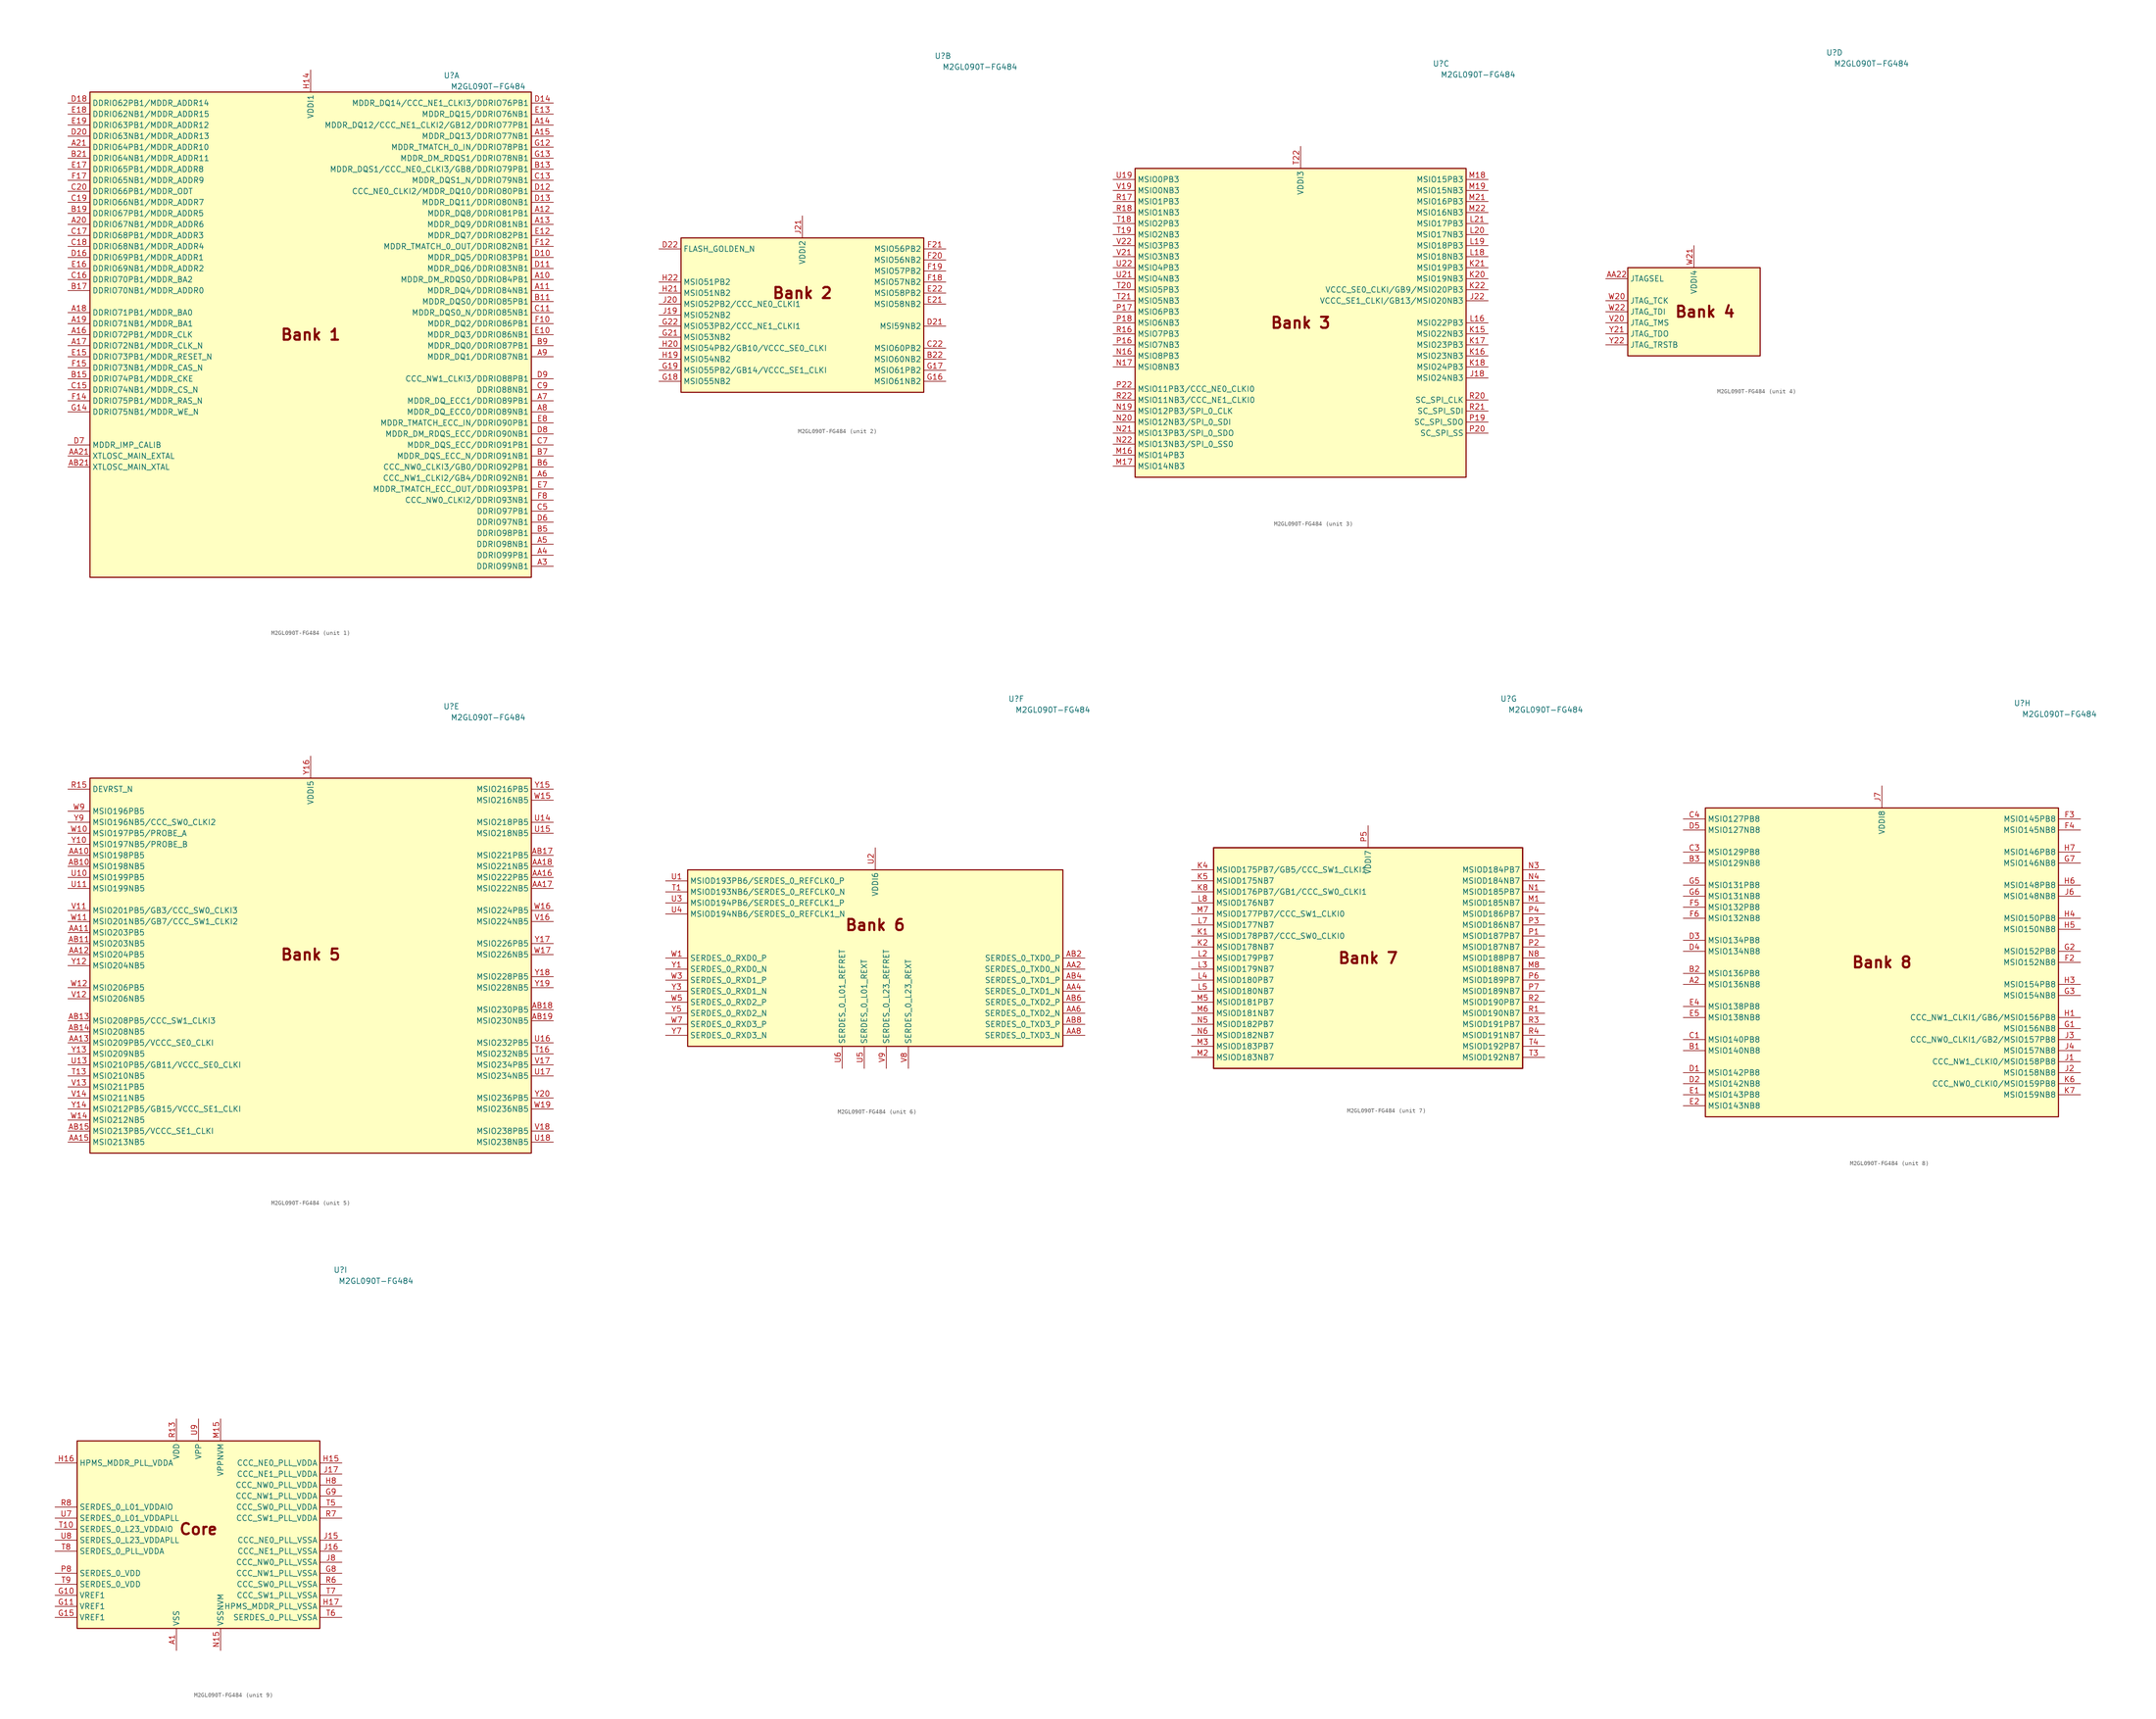
<source format=kicad_sym>
(kicad_symbol_lib
  (version 20211014)
  (generator kicad_symbol_editor)
  (symbol "M2GL090T-FG484"
    (property "Reference" "U"
      (at 34.29 59.69 0)
      (effects (font (size 1.27 1.27)) (justify right)))
    (property "Value" "M2GL090T-FG484"
      (at 49.53 57.15 0)
      (effects (font (size 1.27 1.27)) (justify right)))
    (property "ki_locked" ""
      (at 0 0 0)
      (effects (font (size 1.27 1.27))))
    (symbol "M2GL090T-FG484_1_1"
      (rectangle (start -50.8 55.88) (end 50.8 -55.88) (stroke (width 0.254) (type default) (color 0 0 0 0)) (fill (type background)))
      (text "Bank 1" (at 0 0 0) (effects (font (size 2.54 2.54) bold)))
      (pin bidirectional line (at 55.88 12.7 180) (length 5.08) (name "MDDR_DM_RDQS0/DDRIO84PB1" (effects (font (size 1.27 1.27)))) (number "A10" (effects (font (size 1.27 1.27)))))
      (pin bidirectional line (at 55.88 10.16 180) (length 5.08) (name "MDDR_DQ4/DDRIO84NB1" (effects (font (size 1.27 1.27)))) (number "A11" (effects (font (size 1.27 1.27)))))
      (pin bidirectional line (at 55.88 27.94 180) (length 5.08) (name "MDDR_DQ8/DDRIO81PB1" (effects (font (size 1.27 1.27)))) (number "A12" (effects (font (size 1.27 1.27)))))
      (pin bidirectional line (at 55.88 25.4 180) (length 5.08) (name "MDDR_DQ9/DDRIO81NB1" (effects (font (size 1.27 1.27)))) (number "A13" (effects (font (size 1.27 1.27)))))
      (pin bidirectional line (at 55.88 48.26 180) (length 5.08) (name "MDDR_DQ12/CCC_NE1_CLKI2/GB12/DDRIO77PB1" (effects (font (size 1.27 1.27)))) (number "A14" (effects (font (size 1.27 1.27)))))
      (pin bidirectional line (at 55.88 45.72 180) (length 5.08) (name "MDDR_DQ13/DDRIO77NB1" (effects (font (size 1.27 1.27)))) (number "A15" (effects (font (size 1.27 1.27)))))
      (pin bidirectional line (at -55.88 0 0) (length 5.08) (name "DDRIO72PB1/MDDR_CLK" (effects (font (size 1.27 1.27)))) (number "A16" (effects (font (size 1.27 1.27)))))
      (pin bidirectional line (at -55.88 -2.54 0) (length 5.08) (name "DDRIO72NB1/MDDR_CLK_N" (effects (font (size 1.27 1.27)))) (number "A17" (effects (font (size 1.27 1.27)))))
      (pin bidirectional line (at -55.88 5.08 0) (length 5.08) (name "DDRIO71PB1/MDDR_BA0" (effects (font (size 1.27 1.27)))) (number "A18" (effects (font (size 1.27 1.27)))))
      (pin bidirectional line (at -55.88 2.54 0) (length 5.08) (name "DDRIO71NB1/MDDR_BA1" (effects (font (size 1.27 1.27)))) (number "A19" (effects (font (size 1.27 1.27)))))
      (pin bidirectional line (at -55.88 25.4 0) (length 5.08) (name "DDRIO67NB1/MDDR_ADDR6" (effects (font (size 1.27 1.27)))) (number "A20" (effects (font (size 1.27 1.27)))))
      (pin bidirectional line (at -55.88 43.18 0) (length 5.08) (name "DDRIO64PB1/MDDR_ADDR10" (effects (font (size 1.27 1.27)))) (number "A21" (effects (font (size 1.27 1.27)))))
      (pin bidirectional line (at 55.88 -53.34 180) (length 5.08) (name "DDRIO99NB1" (effects (font (size 1.27 1.27)))) (number "A3" (effects (font (size 1.27 1.27)))))
      (pin bidirectional line (at 55.88 -50.8 180) (length 5.08) (name "DDRIO99PB1" (effects (font (size 1.27 1.27)))) (number "A4" (effects (font (size 1.27 1.27)))))
      (pin bidirectional line (at 55.88 -48.26 180) (length 5.08) (name "DDRIO98NB1" (effects (font (size 1.27 1.27)))) (number "A5" (effects (font (size 1.27 1.27)))))
      (pin bidirectional line (at 55.88 -33.02 180) (length 5.08) (name "CCC_NW1_CLKI2/GB4/DDRIO92NB1" (effects (font (size 1.27 1.27)))) (number "A6" (effects (font (size 1.27 1.27)))))
      (pin bidirectional line (at 55.88 -15.24 180) (length 5.08) (name "MDDR_DQ_ECC1/DDRIO89PB1" (effects (font (size 1.27 1.27)))) (number "A7" (effects (font (size 1.27 1.27)))))
      (pin bidirectional line (at 55.88 -17.78 180) (length 5.08) (name "MDDR_DQ_ECC0/DDRIO89NB1" (effects (font (size 1.27 1.27)))) (number "A8" (effects (font (size 1.27 1.27)))))
      (pin bidirectional line (at 55.88 -5.08 180) (length 5.08) (name "MDDR_DQ1/DDRIO87NB1" (effects (font (size 1.27 1.27)))) (number "A9" (effects (font (size 1.27 1.27)))))
      (pin input line (at -55.88 -27.94 0) (length 5.08) (name "XTLOSC_MAIN_EXTAL" (effects (font (size 1.27 1.27)))) (number "AA21" (effects (font (size 1.27 1.27)))))
      (pin input line (at -55.88 -30.48 0) (length 5.08) (name "XTLOSC_MAIN_XTAL" (effects (font (size 1.27 1.27)))) (number "AB21" (effects (font (size 1.27 1.27)))))
      (pin bidirectional line (at 55.88 7.62 180) (length 5.08) (name "MDDR_DQS0/DDRIO85PB1" (effects (font (size 1.27 1.27)))) (number "B11" (effects (font (size 1.27 1.27)))))
      (pin passive line (at 0 60.96 270) (length 5.08) hide (name "VDDI1" (effects (font (size 1.27 1.27)))) (number "B12" (effects (font (size 1.27 1.27)))))
      (pin bidirectional line (at 55.88 38.1 180) (length 5.08) (name "MDDR_DQS1/CCC_NE0_CLKI3/GB8/DDRIO79PB1" (effects (font (size 1.27 1.27)))) (number "B13" (effects (font (size 1.27 1.27)))))
      (pin bidirectional line (at -55.88 -10.16 0) (length 5.08) (name "DDRIO74PB1/MDDR_CKE" (effects (font (size 1.27 1.27)))) (number "B15" (effects (font (size 1.27 1.27)))))
      (pin passive line (at 0 60.96 270) (length 5.08) hide (name "VDDI1" (effects (font (size 1.27 1.27)))) (number "B16" (effects (font (size 1.27 1.27)))))
      (pin bidirectional line (at -55.88 10.16 0) (length 5.08) (name "DDRIO70NB1/MDDR_ADDR0" (effects (font (size 1.27 1.27)))) (number "B17" (effects (font (size 1.27 1.27)))))
      (pin bidirectional line (at -55.88 27.94 0) (length 5.08) (name "DDRIO67PB1/MDDR_ADDR5" (effects (font (size 1.27 1.27)))) (number "B19" (effects (font (size 1.27 1.27)))))
      (pin passive line (at 0 60.96 270) (length 5.08) hide (name "VDDI1" (effects (font (size 1.27 1.27)))) (number "B20" (effects (font (size 1.27 1.27)))))
      (pin bidirectional line (at -55.88 40.64 0) (length 5.08) (name "DDRIO64NB1/MDDR_ADDR11" (effects (font (size 1.27 1.27)))) (number "B21" (effects (font (size 1.27 1.27)))))
      (pin bidirectional line (at 55.88 -45.72 180) (length 5.08) (name "DDRIO98PB1" (effects (font (size 1.27 1.27)))) (number "B5" (effects (font (size 1.27 1.27)))))
      (pin bidirectional line (at 55.88 -30.48 180) (length 5.08) (name "CCC_NW0_CLKI3/GB0/DDRIO92PB1" (effects (font (size 1.27 1.27)))) (number "B6" (effects (font (size 1.27 1.27)))))
      (pin bidirectional line (at 55.88 -27.94 180) (length 5.08) (name "MDDR_DQS_ECC_N/DDRIO91NB1" (effects (font (size 1.27 1.27)))) (number "B7" (effects (font (size 1.27 1.27)))))
      (pin passive line (at 0 60.96 270) (length 5.08) hide (name "VDDI1" (effects (font (size 1.27 1.27)))) (number "B8" (effects (font (size 1.27 1.27)))))
      (pin bidirectional line (at 55.88 -2.54 180) (length 5.08) (name "MDDR_DQ0/DDRIO87PB1" (effects (font (size 1.27 1.27)))) (number "B9" (effects (font (size 1.27 1.27)))))
      (pin passive line (at 0 60.96 270) (length 5.08) hide (name "VDDI1" (effects (font (size 1.27 1.27)))) (number "C10" (effects (font (size 1.27 1.27)))))
      (pin bidirectional line (at 55.88 5.08 180) (length 5.08) (name "MDDR_DQS0_N/DDRIO85NB1" (effects (font (size 1.27 1.27)))) (number "C11" (effects (font (size 1.27 1.27)))))
      (pin bidirectional line (at 55.88 35.56 180) (length 5.08) (name "MDDR_DQS1_N/DDRIO79NB1" (effects (font (size 1.27 1.27)))) (number "C13" (effects (font (size 1.27 1.27)))))
      (pin passive line (at 0 60.96 270) (length 5.08) hide (name "VDDI1" (effects (font (size 1.27 1.27)))) (number "C14" (effects (font (size 1.27 1.27)))))
      (pin bidirectional line (at -55.88 -12.7 0) (length 5.08) (name "DDRIO74NB1/MDDR_CS_N" (effects (font (size 1.27 1.27)))) (number "C15" (effects (font (size 1.27 1.27)))))
      (pin bidirectional line (at -55.88 12.7 0) (length 5.08) (name "DDRIO70PB1/MDDR_BA2" (effects (font (size 1.27 1.27)))) (number "C16" (effects (font (size 1.27 1.27)))))
      (pin bidirectional line (at -55.88 22.86 0) (length 5.08) (name "DDRIO68PB1/MDDR_ADDR3" (effects (font (size 1.27 1.27)))) (number "C17" (effects (font (size 1.27 1.27)))))
      (pin bidirectional line (at -55.88 20.32 0) (length 5.08) (name "DDRIO68NB1/MDDR_ADDR4" (effects (font (size 1.27 1.27)))) (number "C18" (effects (font (size 1.27 1.27)))))
      (pin bidirectional line (at -55.88 30.48 0) (length 5.08) (name "DDRIO66NB1/MDDR_ADDR7" (effects (font (size 1.27 1.27)))) (number "C19" (effects (font (size 1.27 1.27)))))
      (pin bidirectional line (at -55.88 33.02 0) (length 5.08) (name "DDRIO66PB1/MDDR_ODT" (effects (font (size 1.27 1.27)))) (number "C20" (effects (font (size 1.27 1.27)))))
      (pin bidirectional line (at 55.88 -40.64 180) (length 5.08) (name "DDRIO97PB1" (effects (font (size 1.27 1.27)))) (number "C5" (effects (font (size 1.27 1.27)))))
      (pin passive line (at 0 60.96 270) (length 5.08) hide (name "VDDI1" (effects (font (size 1.27 1.27)))) (number "C6" (effects (font (size 1.27 1.27)))))
      (pin bidirectional line (at 55.88 -25.4 180) (length 5.08) (name "MDDR_DQS_ECC/DDRIO91PB1" (effects (font (size 1.27 1.27)))) (number "C7" (effects (font (size 1.27 1.27)))))
      (pin bidirectional line (at 55.88 -12.7 180) (length 5.08) (name "DDRIO88NB1" (effects (font (size 1.27 1.27)))) (number "C9" (effects (font (size 1.27 1.27)))))
      (pin bidirectional line (at 55.88 17.78 180) (length 5.08) (name "MDDR_DQ5/DDRIO83PB1" (effects (font (size 1.27 1.27)))) (number "D10" (effects (font (size 1.27 1.27)))))
      (pin bidirectional line (at 55.88 15.24 180) (length 5.08) (name "MDDR_DQ6/DDRIO83NB1" (effects (font (size 1.27 1.27)))) (number "D11" (effects (font (size 1.27 1.27)))))
      (pin bidirectional line (at 55.88 33.02 180) (length 5.08) (name "CCC_NE0_CLKI2/MDDR_DQ10/DDRIO80PB1" (effects (font (size 1.27 1.27)))) (number "D12" (effects (font (size 1.27 1.27)))))
      (pin bidirectional line (at 55.88 30.48 180) (length 5.08) (name "MDDR_DQ11/DDRIO80NB1" (effects (font (size 1.27 1.27)))) (number "D13" (effects (font (size 1.27 1.27)))))
      (pin bidirectional line (at 55.88 53.34 180) (length 5.08) (name "MDDR_DQ14/CCC_NE1_CLKI3/DDRIO76PB1" (effects (font (size 1.27 1.27)))) (number "D14" (effects (font (size 1.27 1.27)))))
      (pin bidirectional line (at -55.88 17.78 0) (length 5.08) (name "DDRIO69PB1/MDDR_ADDR1" (effects (font (size 1.27 1.27)))) (number "D16" (effects (font (size 1.27 1.27)))))
      (pin passive line (at 0 60.96 270) (length 5.08) hide (name "VDDI1" (effects (font (size 1.27 1.27)))) (number "D17" (effects (font (size 1.27 1.27)))))
      (pin bidirectional line (at -55.88 53.34 0) (length 5.08) (name "DDRIO62PB1/MDDR_ADDR14" (effects (font (size 1.27 1.27)))) (number "D18" (effects (font (size 1.27 1.27)))))
      (pin bidirectional line (at -55.88 45.72 0) (length 5.08) (name "DDRIO63NB1/MDDR_ADDR13" (effects (font (size 1.27 1.27)))) (number "D20" (effects (font (size 1.27 1.27)))))
      (pin bidirectional line (at 55.88 -43.18 180) (length 5.08) (name "DDRIO97NB1" (effects (font (size 1.27 1.27)))) (number "D6" (effects (font (size 1.27 1.27)))))
      (pin input line (at -55.88 -25.4 0) (length 5.08) (name "MDDR_IMP_CALIB" (effects (font (size 1.27 1.27)))) (number "D7" (effects (font (size 1.27 1.27)))))
      (pin bidirectional line (at 55.88 -22.86 180) (length 5.08) (name "MDDR_DM_RDQS_ECC/DDRIO90NB1" (effects (font (size 1.27 1.27)))) (number "D8" (effects (font (size 1.27 1.27)))))
      (pin bidirectional line (at 55.88 -10.16 180) (length 5.08) (name "CCC_NW1_CLKI3/DDRIO88PB1" (effects (font (size 1.27 1.27)))) (number "D9" (effects (font (size 1.27 1.27)))))
      (pin bidirectional line (at 55.88 0 180) (length 5.08) (name "MDDR_DQ3/DDRIO86NB1" (effects (font (size 1.27 1.27)))) (number "E10" (effects (font (size 1.27 1.27)))))
      (pin passive line (at 0 60.96 270) (length 5.08) hide (name "VDDI1" (effects (font (size 1.27 1.27)))) (number "E11" (effects (font (size 1.27 1.27)))))
      (pin bidirectional line (at 55.88 22.86 180) (length 5.08) (name "MDDR_DQ7/DDRIO82PB1" (effects (font (size 1.27 1.27)))) (number "E12" (effects (font (size 1.27 1.27)))))
      (pin bidirectional line (at 55.88 50.8 180) (length 5.08) (name "MDDR_DQ15/DDRIO76NB1" (effects (font (size 1.27 1.27)))) (number "E13" (effects (font (size 1.27 1.27)))))
      (pin bidirectional line (at -55.88 -5.08 0) (length 5.08) (name "DDRIO73PB1/MDDR_RESET_N" (effects (font (size 1.27 1.27)))) (number "E15" (effects (font (size 1.27 1.27)))))
      (pin bidirectional line (at -55.88 15.24 0) (length 5.08) (name "DDRIO69NB1/MDDR_ADDR2" (effects (font (size 1.27 1.27)))) (number "E16" (effects (font (size 1.27 1.27)))))
      (pin bidirectional line (at -55.88 38.1 0) (length 5.08) (name "DDRIO65PB1/MDDR_ADDR8" (effects (font (size 1.27 1.27)))) (number "E17" (effects (font (size 1.27 1.27)))))
      (pin bidirectional line (at -55.88 50.8 0) (length 5.08) (name "DDRIO62NB1/MDDR_ADDR15" (effects (font (size 1.27 1.27)))) (number "E18" (effects (font (size 1.27 1.27)))))
      (pin bidirectional line (at -55.88 48.26 0) (length 5.08) (name "DDRIO63PB1/MDDR_ADDR12" (effects (font (size 1.27 1.27)))) (number "E19" (effects (font (size 1.27 1.27)))))
      (pin bidirectional line (at 55.88 -35.56 180) (length 5.08) (name "MDDR_TMATCH_ECC_OUT/DDRIO93PB1" (effects (font (size 1.27 1.27)))) (number "E7" (effects (font (size 1.27 1.27)))))
      (pin output line (at 55.88 -20.32 180) (length 5.08) (name "MDDR_TMATCH_ECC_IN/DDRIO90PB1" (effects (font (size 1.27 1.27)))) (number "E8" (effects (font (size 1.27 1.27)))))
      (pin bidirectional line (at 55.88 2.54 180) (length 5.08) (name "MDDR_DQ2/DDRIO86PB1" (effects (font (size 1.27 1.27)))) (number "F10" (effects (font (size 1.27 1.27)))))
      (pin bidirectional line (at 55.88 20.32 180) (length 5.08) (name "MDDR_TMATCH_0_OUT/DDRIO82NB1" (effects (font (size 1.27 1.27)))) (number "F12" (effects (font (size 1.27 1.27)))))
      (pin passive line (at 0 60.96 270) (length 5.08) hide (name "VDDI1" (effects (font (size 1.27 1.27)))) (number "F13" (effects (font (size 1.27 1.27)))))
      (pin bidirectional line (at -55.88 -15.24 0) (length 5.08) (name "DDRIO75PB1/MDDR_RAS_N" (effects (font (size 1.27 1.27)))) (number "F14" (effects (font (size 1.27 1.27)))))
      (pin bidirectional line (at -55.88 -7.62 0) (length 5.08) (name "DDRIO73NB1/MDDR_CAS_N" (effects (font (size 1.27 1.27)))) (number "F15" (effects (font (size 1.27 1.27)))))
      (pin bidirectional line (at -55.88 35.56 0) (length 5.08) (name "DDRIO65NB1/MDDR_ADDR9" (effects (font (size 1.27 1.27)))) (number "F17" (effects (font (size 1.27 1.27)))))
      (pin passive line (at 0 60.96 270) (length 5.08) hide (name "VDDI1" (effects (font (size 1.27 1.27)))) (number "F7" (effects (font (size 1.27 1.27)))))
      (pin bidirectional line (at 55.88 -38.1 180) (length 5.08) (name "CCC_NW0_CLKI2/DDRIO93NB1" (effects (font (size 1.27 1.27)))) (number "F8" (effects (font (size 1.27 1.27)))))
      (pin passive line (at 0 60.96 270) (length 5.08) hide (name "VDDI1" (effects (font (size 1.27 1.27)))) (number "F9" (effects (font (size 1.27 1.27)))))
      (pin bidirectional line (at 55.88 43.18 180) (length 5.08) (name "MDDR_TMATCH_0_IN/DDRIO78PB1" (effects (font (size 1.27 1.27)))) (number "G12" (effects (font (size 1.27 1.27)))))
      (pin bidirectional line (at 55.88 40.64 180) (length 5.08) (name "MDDR_DM_RDQS1/DDRIO78NB1" (effects (font (size 1.27 1.27)))) (number "G13" (effects (font (size 1.27 1.27)))))
      (pin bidirectional line (at -55.88 -17.78 0) (length 5.08) (name "DDRIO75NB1/MDDR_WE_N" (effects (font (size 1.27 1.27)))) (number "G14" (effects (font (size 1.27 1.27)))))
      (pin passive line (at 0 60.96 270) (length 5.08) hide (name "VDDI1" (effects (font (size 1.27 1.27)))) (number "H12" (effects (font (size 1.27 1.27)))))
      (pin power_in line (at 0 60.96 270) (length 5.08) (name "VDDI1" (effects (font (size 1.27 1.27)))) (number "H14" (effects (font (size 1.27 1.27))))))
    (symbol "M2GL090T-FG484_2_1"
      (rectangle (start -27.94 17.78) (end 27.94 -17.78) (stroke (width 0.254) (type default) (color 0 0 0 0)) (fill (type background)))
      (text "Bank 2" (at 0 5.08 0) (effects (font (size 2.54 2.54) bold)))
      (pin bidirectional line (at 33.02 -10.16 180) (length 5.08) (name "MSIO60NB2" (effects (font (size 1.27 1.27)))) (number "B22" (effects (font (size 1.27 1.27)))))
      (pin bidirectional line (at 33.02 -7.62 180) (length 5.08) (name "MSIO60PB2" (effects (font (size 1.27 1.27)))) (number "C22" (effects (font (size 1.27 1.27)))))
      (pin input line (at 33.02 -2.54 180) (length 5.08) (name "MSI59NB2" (effects (font (size 1.27 1.27)))) (number "D21" (effects (font (size 1.27 1.27)))))
      (pin input line (at -33.02 15.24 0) (length 5.08) (name "FLASH_GOLDEN_N" (effects (font (size 1.27 1.27)))) (number "D22" (effects (font (size 1.27 1.27)))))
      (pin passive line (at 0 22.86 270) (length 5.08) hide (name "VDDI2" (effects (font (size 1.27 1.27)))) (number "E20" (effects (font (size 1.27 1.27)))))
      (pin bidirectional line (at 33.02 2.54 180) (length 5.08) (name "MSIO58NB2" (effects (font (size 1.27 1.27)))) (number "E21" (effects (font (size 1.27 1.27)))))
      (pin bidirectional line (at 33.02 5.08 180) (length 5.08) (name "MSIO58PB2" (effects (font (size 1.27 1.27)))) (number "E22" (effects (font (size 1.27 1.27)))))
      (pin bidirectional line (at 33.02 7.62 180) (length 5.08) (name "MSIO57NB2" (effects (font (size 1.27 1.27)))) (number "F18" (effects (font (size 1.27 1.27)))))
      (pin bidirectional line (at 33.02 10.16 180) (length 5.08) (name "MSIO57PB2" (effects (font (size 1.27 1.27)))) (number "F19" (effects (font (size 1.27 1.27)))))
      (pin bidirectional line (at 33.02 12.7 180) (length 5.08) (name "MSIO56NB2" (effects (font (size 1.27 1.27)))) (number "F20" (effects (font (size 1.27 1.27)))))
      (pin bidirectional line (at 33.02 15.24 180) (length 5.08) (name "MSIO56PB2" (effects (font (size 1.27 1.27)))) (number "F21" (effects (font (size 1.27 1.27)))))
      (pin passive line (at 0 22.86 270) (length 5.08) hide (name "VDDI2" (effects (font (size 1.27 1.27)))) (number "F22" (effects (font (size 1.27 1.27)))))
      (pin bidirectional line (at 33.02 -15.24 180) (length 5.08) (name "MSIO61NB2" (effects (font (size 1.27 1.27)))) (number "G16" (effects (font (size 1.27 1.27)))))
      (pin bidirectional line (at 33.02 -12.7 180) (length 5.08) (name "MSIO61PB2" (effects (font (size 1.27 1.27)))) (number "G17" (effects (font (size 1.27 1.27)))))
      (pin bidirectional line (at -33.02 -15.24 0) (length 5.08) (name "MSIO55NB2" (effects (font (size 1.27 1.27)))) (number "G18" (effects (font (size 1.27 1.27)))))
      (pin bidirectional line (at -33.02 -12.7 0) (length 5.08) (name "MSIO55PB2/GB14/VCCC_SE1_CLKI" (effects (font (size 1.27 1.27)))) (number "G19" (effects (font (size 1.27 1.27)))))
      (pin bidirectional line (at -33.02 -5.08 0) (length 5.08) (name "MSIO53NB2" (effects (font (size 1.27 1.27)))) (number "G21" (effects (font (size 1.27 1.27)))))
      (pin bidirectional line (at -33.02 -2.54 0) (length 5.08) (name "MSIO53PB2/CCC_NE1_CLKI1" (effects (font (size 1.27 1.27)))) (number "G22" (effects (font (size 1.27 1.27)))))
      (pin passive line (at 0 22.86 270) (length 5.08) hide (name "VDDI2" (effects (font (size 1.27 1.27)))) (number "H18" (effects (font (size 1.27 1.27)))))
      (pin bidirectional line (at -33.02 -10.16 0) (length 5.08) (name "MSIO54NB2" (effects (font (size 1.27 1.27)))) (number "H19" (effects (font (size 1.27 1.27)))))
      (pin bidirectional line (at -33.02 -7.62 0) (length 5.08) (name "MSIO54PB2/GB10/VCCC_SE0_CLKI" (effects (font (size 1.27 1.27)))) (number "H20" (effects (font (size 1.27 1.27)))))
      (pin bidirectional line (at -33.02 5.08 0) (length 5.08) (name "MSIO51NB2" (effects (font (size 1.27 1.27)))) (number "H21" (effects (font (size 1.27 1.27)))))
      (pin bidirectional line (at -33.02 7.62 0) (length 5.08) (name "MSIO51PB2" (effects (font (size 1.27 1.27)))) (number "H22" (effects (font (size 1.27 1.27)))))
      (pin bidirectional line (at -33.02 0 0) (length 5.08) (name "MSIO52NB2" (effects (font (size 1.27 1.27)))) (number "J19" (effects (font (size 1.27 1.27)))))
      (pin bidirectional line (at -33.02 2.54 0) (length 5.08) (name "MSIO52PB2/CCC_NE0_CLKI1" (effects (font (size 1.27 1.27)))) (number "J20" (effects (font (size 1.27 1.27)))))
      (pin power_in line (at 0 22.86 270) (length 5.08) (name "VDDI2" (effects (font (size 1.27 1.27)))) (number "J21" (effects (font (size 1.27 1.27))))))
    (symbol "M2GL090T-FG484_3_1"
      (rectangle (start -38.1 35.56) (end 38.1 -35.56) (stroke (width 0.254) (type default) (color 0 0 0 0)) (fill (type background)))
      (text "Bank 3" (at 0 0 0) (effects (font (size 2.54 2.54) bold)))
      (pin bidirectional line (at 43.18 -12.7 180) (length 5.08) (name "MSIO24NB3" (effects (font (size 1.27 1.27)))) (number "J18" (effects (font (size 1.27 1.27)))))
      (pin bidirectional line (at 43.18 5.08 180) (length 5.08) (name "VCCC_SE1_CLKI/GB13/MSIO20NB3" (effects (font (size 1.27 1.27)))) (number "J22" (effects (font (size 1.27 1.27)))))
      (pin bidirectional line (at 43.18 -2.54 180) (length 5.08) (name "MSIO22NB3" (effects (font (size 1.27 1.27)))) (number "K15" (effects (font (size 1.27 1.27)))))
      (pin bidirectional line (at 43.18 -7.62 180) (length 5.08) (name "MSIO23NB3" (effects (font (size 1.27 1.27)))) (number "K16" (effects (font (size 1.27 1.27)))))
      (pin bidirectional line (at 43.18 -5.08 180) (length 5.08) (name "MSIO23PB3" (effects (font (size 1.27 1.27)))) (number "K17" (effects (font (size 1.27 1.27)))))
      (pin bidirectional line (at 43.18 -10.16 180) (length 5.08) (name "MSIO24PB3" (effects (font (size 1.27 1.27)))) (number "K18" (effects (font (size 1.27 1.27)))))
      (pin bidirectional line (at 43.18 10.16 180) (length 5.08) (name "MSIO19NB3" (effects (font (size 1.27 1.27)))) (number "K20" (effects (font (size 1.27 1.27)))))
      (pin bidirectional line (at 43.18 12.7 180) (length 5.08) (name "MSIO19PB3" (effects (font (size 1.27 1.27)))) (number "K21" (effects (font (size 1.27 1.27)))))
      (pin bidirectional line (at 43.18 7.62 180) (length 5.08) (name "VCCC_SE0_CLKI/GB9/MSIO20PB3" (effects (font (size 1.27 1.27)))) (number "K22" (effects (font (size 1.27 1.27)))))
      (pin bidirectional line (at 43.18 0 180) (length 5.08) (name "MSIO22PB3" (effects (font (size 1.27 1.27)))) (number "L16" (effects (font (size 1.27 1.27)))))
      (pin passive line (at 0 40.64 270) (length 5.08) hide (name "VDDI3" (effects (font (size 1.27 1.27)))) (number "L17" (effects (font (size 1.27 1.27)))))
      (pin bidirectional line (at 43.18 15.24 180) (length 5.08) (name "MSIO18NB3" (effects (font (size 1.27 1.27)))) (number "L18" (effects (font (size 1.27 1.27)))))
      (pin bidirectional line (at 43.18 17.78 180) (length 5.08) (name "MSIO18PB3" (effects (font (size 1.27 1.27)))) (number "L19" (effects (font (size 1.27 1.27)))))
      (pin bidirectional line (at 43.18 20.32 180) (length 5.08) (name "MSIO17NB3" (effects (font (size 1.27 1.27)))) (number "L20" (effects (font (size 1.27 1.27)))))
      (pin bidirectional line (at 43.18 22.86 180) (length 5.08) (name "MSIO17PB3" (effects (font (size 1.27 1.27)))) (number "L21" (effects (font (size 1.27 1.27)))))
      (pin bidirectional line (at -43.18 -30.48 0) (length 5.08) (name "MSIO14PB3" (effects (font (size 1.27 1.27)))) (number "M16" (effects (font (size 1.27 1.27)))))
      (pin bidirectional line (at -43.18 -33.02 0) (length 5.08) (name "MSIO14NB3" (effects (font (size 1.27 1.27)))) (number "M17" (effects (font (size 1.27 1.27)))))
      (pin bidirectional line (at 43.18 33.02 180) (length 5.08) (name "MSIO15PB3" (effects (font (size 1.27 1.27)))) (number "M18" (effects (font (size 1.27 1.27)))))
      (pin bidirectional line (at 43.18 30.48 180) (length 5.08) (name "MSIO15NB3" (effects (font (size 1.27 1.27)))) (number "M19" (effects (font (size 1.27 1.27)))))
      (pin passive line (at 0 40.64 270) (length 5.08) hide (name "VDDI3" (effects (font (size 1.27 1.27)))) (number "M20" (effects (font (size 1.27 1.27)))))
      (pin bidirectional line (at 43.18 27.94 180) (length 5.08) (name "MSIO16PB3" (effects (font (size 1.27 1.27)))) (number "M21" (effects (font (size 1.27 1.27)))))
      (pin bidirectional line (at 43.18 25.4 180) (length 5.08) (name "MSIO16NB3" (effects (font (size 1.27 1.27)))) (number "M22" (effects (font (size 1.27 1.27)))))
      (pin bidirectional line (at -43.18 -7.62 0) (length 5.08) (name "MSIO8PB3" (effects (font (size 1.27 1.27)))) (number "N16" (effects (font (size 1.27 1.27)))))
      (pin bidirectional line (at -43.18 -10.16 0) (length 5.08) (name "MSIO8NB3" (effects (font (size 1.27 1.27)))) (number "N17" (effects (font (size 1.27 1.27)))))
      (pin bidirectional line (at -43.18 -20.32 0) (length 5.08) (name "MSIO12PB3/SPI_0_CLK" (effects (font (size 1.27 1.27)))) (number "N19" (effects (font (size 1.27 1.27)))))
      (pin bidirectional line (at -43.18 -22.86 0) (length 5.08) (name "MSIO12NB3/SPI_0_SDI" (effects (font (size 1.27 1.27)))) (number "N20" (effects (font (size 1.27 1.27)))))
      (pin bidirectional line (at -43.18 -25.4 0) (length 5.08) (name "MSIO13PB3/SPI_0_SDO" (effects (font (size 1.27 1.27)))) (number "N21" (effects (font (size 1.27 1.27)))))
      (pin bidirectional line (at -43.18 -27.94 0) (length 5.08) (name "MSIO13NB3/SPI_0_SS0" (effects (font (size 1.27 1.27)))) (number "N22" (effects (font (size 1.27 1.27)))))
      (pin bidirectional line (at -43.18 -5.08 0) (length 5.08) (name "MSIO7NB3" (effects (font (size 1.27 1.27)))) (number "P16" (effects (font (size 1.27 1.27)))))
      (pin bidirectional line (at -43.18 2.54 0) (length 5.08) (name "MSIO6PB3" (effects (font (size 1.27 1.27)))) (number "P17" (effects (font (size 1.27 1.27)))))
      (pin bidirectional line (at -43.18 0 0) (length 5.08) (name "MSIO6NB3" (effects (font (size 1.27 1.27)))) (number "P18" (effects (font (size 1.27 1.27)))))
      (pin output line (at 43.18 -22.86 180) (length 5.08) (name "SC_SPI_SDO" (effects (font (size 1.27 1.27)))) (number "P19" (effects (font (size 1.27 1.27)))))
      (pin output line (at 43.18 -25.4 180) (length 5.08) (name "SC_SPI_SS" (effects (font (size 1.27 1.27)))) (number "P20" (effects (font (size 1.27 1.27)))))
      (pin bidirectional line (at -43.18 -15.24 0) (length 5.08) (name "MSIO11PB3/CCC_NE0_CLKI0" (effects (font (size 1.27 1.27)))) (number "P22" (effects (font (size 1.27 1.27)))))
      (pin bidirectional line (at -43.18 -2.54 0) (length 5.08) (name "MSIO7PB3" (effects (font (size 1.27 1.27)))) (number "R16" (effects (font (size 1.27 1.27)))))
      (pin bidirectional line (at -43.18 27.94 0) (length 5.08) (name "MSIO1PB3" (effects (font (size 1.27 1.27)))) (number "R17" (effects (font (size 1.27 1.27)))))
      (pin bidirectional line (at -43.18 25.4 0) (length 5.08) (name "MSIO1NB3" (effects (font (size 1.27 1.27)))) (number "R18" (effects (font (size 1.27 1.27)))))
      (pin passive line (at 0 40.64 270) (length 5.08) hide (name "VDDI3" (effects (font (size 1.27 1.27)))) (number "R19" (effects (font (size 1.27 1.27)))))
      (pin output line (at 43.18 -17.78 180) (length 5.08) (name "SC_SPI_CLK" (effects (font (size 1.27 1.27)))) (number "R20" (effects (font (size 1.27 1.27)))))
      (pin input line (at 43.18 -20.32 180) (length 5.08) (name "SC_SPI_SDI" (effects (font (size 1.27 1.27)))) (number "R21" (effects (font (size 1.27 1.27)))))
      (pin bidirectional line (at -43.18 -17.78 0) (length 5.08) (name "MSIO11NB3/CCC_NE1_CLKI0" (effects (font (size 1.27 1.27)))) (number "R22" (effects (font (size 1.27 1.27)))))
      (pin bidirectional line (at -43.18 22.86 0) (length 5.08) (name "MSIO2PB3" (effects (font (size 1.27 1.27)))) (number "T18" (effects (font (size 1.27 1.27)))))
      (pin bidirectional line (at -43.18 20.32 0) (length 5.08) (name "MSIO2NB3" (effects (font (size 1.27 1.27)))) (number "T19" (effects (font (size 1.27 1.27)))))
      (pin bidirectional line (at -43.18 7.62 0) (length 5.08) (name "MSIO5PB3" (effects (font (size 1.27 1.27)))) (number "T20" (effects (font (size 1.27 1.27)))))
      (pin bidirectional line (at -43.18 5.08 0) (length 5.08) (name "MSIO5NB3" (effects (font (size 1.27 1.27)))) (number "T21" (effects (font (size 1.27 1.27)))))
      (pin power_in line (at 0 40.64 270) (length 5.08) (name "VDDI3" (effects (font (size 1.27 1.27)))) (number "T22" (effects (font (size 1.27 1.27)))))
      (pin bidirectional line (at -43.18 33.02 0) (length 5.08) (name "MSIO0PB3" (effects (font (size 1.27 1.27)))) (number "U19" (effects (font (size 1.27 1.27)))))
      (pin bidirectional line (at -43.18 10.16 0) (length 5.08) (name "MSIO4NB3" (effects (font (size 1.27 1.27)))) (number "U21" (effects (font (size 1.27 1.27)))))
      (pin bidirectional line (at -43.18 12.7 0) (length 5.08) (name "MSIO4PB3" (effects (font (size 1.27 1.27)))) (number "U22" (effects (font (size 1.27 1.27)))))
      (pin bidirectional line (at -43.18 30.48 0) (length 5.08) (name "MSIO0NB3" (effects (font (size 1.27 1.27)))) (number "V19" (effects (font (size 1.27 1.27)))))
      (pin bidirectional line (at -43.18 15.24 0) (length 5.08) (name "MSIO3NB3" (effects (font (size 1.27 1.27)))) (number "V21" (effects (font (size 1.27 1.27)))))
      (pin bidirectional line (at -43.18 17.78 0) (length 5.08) (name "MSIO3PB3" (effects (font (size 1.27 1.27)))) (number "V22" (effects (font (size 1.27 1.27))))))
    (symbol "M2GL090T-FG484_4_1"
      (rectangle (start -15.24 10.16) (end 15.24 -10.16) (stroke (width 0.254) (type default) (color 0 0 0 0)) (fill (type background)))
      (text "Bank 4" (at 2.54 0 0) (effects (font (size 2.54 2.54) bold)))
      (pin input line (at -20.32 7.62 0) (length 5.08) (name "JTAGSEL" (effects (font (size 1.27 1.27)))) (number "AA22" (effects (font (size 1.27 1.27)))))
      (pin input line (at -20.32 -2.54 0) (length 5.08) (name "JTAG_TMS" (effects (font (size 1.27 1.27)))) (number "V20" (effects (font (size 1.27 1.27)))))
      (pin input line (at -20.32 2.54 0) (length 5.08) (name "JTAG_TCK" (effects (font (size 1.27 1.27)))) (number "W20" (effects (font (size 1.27 1.27)))))
      (pin power_in line (at 0 15.24 270) (length 5.08) (name "VDDI4" (effects (font (size 1.27 1.27)))) (number "W21" (effects (font (size 1.27 1.27)))))
      (pin input line (at -20.32 0 0) (length 5.08) (name "JTAG_TDI" (effects (font (size 1.27 1.27)))) (number "W22" (effects (font (size 1.27 1.27)))))
      (pin output line (at -20.32 -5.08 0) (length 5.08) (name "JTAG_TDO" (effects (font (size 1.27 1.27)))) (number "Y21" (effects (font (size 1.27 1.27)))))
      (pin input line (at -20.32 -7.62 0) (length 5.08) (name "JTAG_TRSTB" (effects (font (size 1.27 1.27)))) (number "Y22" (effects (font (size 1.27 1.27))))))
    (symbol "M2GL090T-FG484_5_1"
      (rectangle (start -50.8 43.18) (end 50.8 -43.18) (stroke (width 0.254) (type default) (color 0 0 0 0)) (fill (type background)))
      (text "Bank 5" (at 0 2.54 0) (effects (font (size 2.54 2.54) bold)))
      (pin bidirectional line (at -55.88 25.4 0) (length 5.08) (name "MSIO198PB5" (effects (font (size 1.27 1.27)))) (number "AA10" (effects (font (size 1.27 1.27)))))
      (pin bidirectional line (at -55.88 7.62 0) (length 5.08) (name "MSIO203PB5" (effects (font (size 1.27 1.27)))) (number "AA11" (effects (font (size 1.27 1.27)))))
      (pin bidirectional line (at -55.88 2.54 0) (length 5.08) (name "MSIO204PB5" (effects (font (size 1.27 1.27)))) (number "AA12" (effects (font (size 1.27 1.27)))))
      (pin bidirectional line (at -55.88 -17.78 0) (length 5.08) (name "MSIO209PB5/VCCC_SE0_CLKI" (effects (font (size 1.27 1.27)))) (number "AA13" (effects (font (size 1.27 1.27)))))
      (pin bidirectional line (at -55.88 -40.64 0) (length 5.08) (name "MSIO213NB5" (effects (font (size 1.27 1.27)))) (number "AA15" (effects (font (size 1.27 1.27)))))
      (pin bidirectional line (at 55.88 20.32 180) (length 5.08) (name "MSIO222PB5" (effects (font (size 1.27 1.27)))) (number "AA16" (effects (font (size 1.27 1.27)))))
      (pin bidirectional line (at 55.88 17.78 180) (length 5.08) (name "MSIO222NB5" (effects (font (size 1.27 1.27)))) (number "AA17" (effects (font (size 1.27 1.27)))))
      (pin bidirectional line (at 55.88 22.86 180) (length 5.08) (name "MSIO221NB5" (effects (font (size 1.27 1.27)))) (number "AA18" (effects (font (size 1.27 1.27)))))
      (pin passive line (at 0 48.26 270) (length 5.08) hide (name "VDDI5" (effects (font (size 1.27 1.27)))) (number "AA19" (effects (font (size 1.27 1.27)))))
      (pin bidirectional line (at -55.88 22.86 0) (length 5.08) (name "MSIO198NB5" (effects (font (size 1.27 1.27)))) (number "AB10" (effects (font (size 1.27 1.27)))))
      (pin bidirectional line (at -55.88 5.08 0) (length 5.08) (name "MSIO203NB5" (effects (font (size 1.27 1.27)))) (number "AB11" (effects (font (size 1.27 1.27)))))
      (pin passive line (at 0 48.26 270) (length 5.08) hide (name "VDDI5" (effects (font (size 1.27 1.27)))) (number "AB12" (effects (font (size 1.27 1.27)))))
      (pin bidirectional line (at -55.88 -12.7 0) (length 5.08) (name "MSIO208PB5/CCC_SW1_CLKI3" (effects (font (size 1.27 1.27)))) (number "AB13" (effects (font (size 1.27 1.27)))))
      (pin bidirectional line (at -55.88 -15.24 0) (length 5.08) (name "MSIO208NB5" (effects (font (size 1.27 1.27)))) (number "AB14" (effects (font (size 1.27 1.27)))))
      (pin bidirectional line (at -55.88 -38.1 0) (length 5.08) (name "MSIO213PB5/VCCC_SE1_CLKI" (effects (font (size 1.27 1.27)))) (number "AB15" (effects (font (size 1.27 1.27)))))
      (pin bidirectional line (at 55.88 25.4 180) (length 5.08) (name "MSIO221PB5" (effects (font (size 1.27 1.27)))) (number "AB17" (effects (font (size 1.27 1.27)))))
      (pin bidirectional line (at 55.88 -10.16 180) (length 5.08) (name "MSIO230PB5" (effects (font (size 1.27 1.27)))) (number "AB18" (effects (font (size 1.27 1.27)))))
      (pin bidirectional line (at 55.88 -12.7 180) (length 5.08) (name "MSIO230NB5" (effects (font (size 1.27 1.27)))) (number "AB19" (effects (font (size 1.27 1.27)))))
      (pin input line (at -55.88 40.64 0) (length 5.08) (name "DEVRST_N" (effects (font (size 1.27 1.27)))) (number "R15" (effects (font (size 1.27 1.27)))))
      (pin bidirectional line (at -55.88 -25.4 0) (length 5.08) (name "MSIO210NB5" (effects (font (size 1.27 1.27)))) (number "T13" (effects (font (size 1.27 1.27)))))
      (pin passive line (at 0 48.26 270) (length 5.08) hide (name "VDDI5" (effects (font (size 1.27 1.27)))) (number "T14" (effects (font (size 1.27 1.27)))))
      (pin bidirectional line (at 55.88 -20.32 180) (length 5.08) (name "MSIO232NB5" (effects (font (size 1.27 1.27)))) (number "T16" (effects (font (size 1.27 1.27)))))
      (pin bidirectional line (at -55.88 20.32 0) (length 5.08) (name "MSIO199PB5" (effects (font (size 1.27 1.27)))) (number "U10" (effects (font (size 1.27 1.27)))))
      (pin bidirectional line (at -55.88 17.78 0) (length 5.08) (name "MSIO199NB5" (effects (font (size 1.27 1.27)))) (number "U11" (effects (font (size 1.27 1.27)))))
      (pin bidirectional line (at -55.88 -22.86 0) (length 5.08) (name "MSIO210PB5/GB11/VCCC_SE0_CLKI" (effects (font (size 1.27 1.27)))) (number "U13" (effects (font (size 1.27 1.27)))))
      (pin bidirectional line (at 55.88 33.02 180) (length 5.08) (name "MSIO218PB5" (effects (font (size 1.27 1.27)))) (number "U14" (effects (font (size 1.27 1.27)))))
      (pin bidirectional line (at 55.88 30.48 180) (length 5.08) (name "MSIO218NB5" (effects (font (size 1.27 1.27)))) (number "U15" (effects (font (size 1.27 1.27)))))
      (pin bidirectional line (at 55.88 -17.78 180) (length 5.08) (name "MSIO232PB5" (effects (font (size 1.27 1.27)))) (number "U16" (effects (font (size 1.27 1.27)))))
      (pin bidirectional line (at 55.88 -25.4 180) (length 5.08) (name "MSIO234NB5" (effects (font (size 1.27 1.27)))) (number "U17" (effects (font (size 1.27 1.27)))))
      (pin bidirectional line (at 55.88 -40.64 180) (length 5.08) (name "MSIO238NB5" (effects (font (size 1.27 1.27)))) (number "U18" (effects (font (size 1.27 1.27)))))
      (pin passive line (at 0 48.26 270) (length 5.08) hide (name "VDDI5" (effects (font (size 1.27 1.27)))) (number "V10" (effects (font (size 1.27 1.27)))))
      (pin bidirectional line (at -55.88 12.7 0) (length 5.08) (name "MSIO201PB5/GB3/CCC_SW0_CLKI3" (effects (font (size 1.27 1.27)))) (number "V11" (effects (font (size 1.27 1.27)))))
      (pin bidirectional line (at -55.88 -7.62 0) (length 5.08) (name "MSIO206NB5" (effects (font (size 1.27 1.27)))) (number "V12" (effects (font (size 1.27 1.27)))))
      (pin bidirectional line (at -55.88 -27.94 0) (length 5.08) (name "MSIO211PB5" (effects (font (size 1.27 1.27)))) (number "V13" (effects (font (size 1.27 1.27)))))
      (pin bidirectional line (at -55.88 -30.48 0) (length 5.08) (name "MSIO211NB5" (effects (font (size 1.27 1.27)))) (number "V14" (effects (font (size 1.27 1.27)))))
      (pin bidirectional line (at 55.88 10.16 180) (length 5.08) (name "MSIO224NB5" (effects (font (size 1.27 1.27)))) (number "V16" (effects (font (size 1.27 1.27)))))
      (pin bidirectional line (at 55.88 -22.86 180) (length 5.08) (name "MSIO234PB5" (effects (font (size 1.27 1.27)))) (number "V17" (effects (font (size 1.27 1.27)))))
      (pin bidirectional line (at 55.88 -38.1 180) (length 5.08) (name "MSIO238PB5" (effects (font (size 1.27 1.27)))) (number "V18" (effects (font (size 1.27 1.27)))))
      (pin bidirectional line (at -55.88 30.48 0) (length 5.08) (name "MSIO197PB5/PROBE_A" (effects (font (size 1.27 1.27)))) (number "W10" (effects (font (size 1.27 1.27)))))
      (pin bidirectional line (at -55.88 10.16 0) (length 5.08) (name "MSIO201NB5/GB7/CCC_SW1_CLKI2" (effects (font (size 1.27 1.27)))) (number "W11" (effects (font (size 1.27 1.27)))))
      (pin bidirectional line (at -55.88 -5.08 0) (length 5.08) (name "MSIO206PB5" (effects (font (size 1.27 1.27)))) (number "W12" (effects (font (size 1.27 1.27)))))
      (pin passive line (at 0 48.26 270) (length 5.08) hide (name "VDDI5" (effects (font (size 1.27 1.27)))) (number "W13" (effects (font (size 1.27 1.27)))))
      (pin bidirectional line (at -55.88 -35.56 0) (length 5.08) (name "MSIO212NB5" (effects (font (size 1.27 1.27)))) (number "W14" (effects (font (size 1.27 1.27)))))
      (pin bidirectional line (at 55.88 38.1 180) (length 5.08) (name "MSIO216NB5" (effects (font (size 1.27 1.27)))) (number "W15" (effects (font (size 1.27 1.27)))))
      (pin bidirectional line (at 55.88 12.7 180) (length 5.08) (name "MSIO224PB5" (effects (font (size 1.27 1.27)))) (number "W16" (effects (font (size 1.27 1.27)))))
      (pin bidirectional line (at 55.88 2.54 180) (length 5.08) (name "MSIO226NB5" (effects (font (size 1.27 1.27)))) (number "W17" (effects (font (size 1.27 1.27)))))
      (pin bidirectional line (at 55.88 -33.02 180) (length 5.08) (name "MSIO236NB5" (effects (font (size 1.27 1.27)))) (number "W19" (effects (font (size 1.27 1.27)))))
      (pin bidirectional line (at -55.88 35.56 0) (length 5.08) (name "MSIO196PB5" (effects (font (size 1.27 1.27)))) (number "W9" (effects (font (size 1.27 1.27)))))
      (pin bidirectional line (at -55.88 27.94 0) (length 5.08) (name "MSIO197NB5/PROBE_B" (effects (font (size 1.27 1.27)))) (number "Y10" (effects (font (size 1.27 1.27)))))
      (pin bidirectional line (at -55.88 0 0) (length 5.08) (name "MSIO204NB5" (effects (font (size 1.27 1.27)))) (number "Y12" (effects (font (size 1.27 1.27)))))
      (pin bidirectional line (at -55.88 -20.32 0) (length 5.08) (name "MSIO209NB5" (effects (font (size 1.27 1.27)))) (number "Y13" (effects (font (size 1.27 1.27)))))
      (pin bidirectional line (at -55.88 -33.02 0) (length 5.08) (name "MSIO212PB5/GB15/VCCC_SE1_CLKI" (effects (font (size 1.27 1.27)))) (number "Y14" (effects (font (size 1.27 1.27)))))
      (pin bidirectional line (at 55.88 40.64 180) (length 5.08) (name "MSIO216PB5" (effects (font (size 1.27 1.27)))) (number "Y15" (effects (font (size 1.27 1.27)))))
      (pin power_in line (at 0 48.26 270) (length 5.08) (name "VDDI5" (effects (font (size 1.27 1.27)))) (number "Y16" (effects (font (size 1.27 1.27)))))
      (pin bidirectional line (at 55.88 5.08 180) (length 5.08) (name "MSIO226PB5" (effects (font (size 1.27 1.27)))) (number "Y17" (effects (font (size 1.27 1.27)))))
      (pin bidirectional line (at 55.88 -2.54 180) (length 5.08) (name "MSIO228PB5" (effects (font (size 1.27 1.27)))) (number "Y18" (effects (font (size 1.27 1.27)))))
      (pin bidirectional line (at 55.88 -5.08 180) (length 5.08) (name "MSIO228NB5" (effects (font (size 1.27 1.27)))) (number "Y19" (effects (font (size 1.27 1.27)))))
      (pin bidirectional line (at 55.88 -30.48 180) (length 5.08) (name "MSIO236PB5" (effects (font (size 1.27 1.27)))) (number "Y20" (effects (font (size 1.27 1.27)))))
      (pin bidirectional line (at -55.88 33.02 0) (length 5.08) (name "MSIO196NB5/CCC_SW0_CLKI2" (effects (font (size 1.27 1.27)))) (number "Y9" (effects (font (size 1.27 1.27))))))
    (symbol "M2GL090T-FG484_6_1"
      (rectangle (start -43.18 20.32) (end 43.18 -20.32) (stroke (width 0.254) (type default) (color 0 0 0 0)) (fill (type background)))
      (text "Bank 6" (at 0 7.62 0) (effects (font (size 2.54 2.54) bold)))
      (pin output line (at 48.26 -2.54 180) (length 5.08) (name "SERDES_0_TXD0_N" (effects (font (size 1.27 1.27)))) (number "AA2" (effects (font (size 1.27 1.27)))))
      (pin output line (at 48.26 -7.62 180) (length 5.08) (name "SERDES_0_TXD1_N" (effects (font (size 1.27 1.27)))) (number "AA4" (effects (font (size 1.27 1.27)))))
      (pin output line (at 48.26 -12.7 180) (length 5.08) (name "SERDES_0_TXD2_N" (effects (font (size 1.27 1.27)))) (number "AA6" (effects (font (size 1.27 1.27)))))
      (pin output line (at 48.26 -17.78 180) (length 5.08) (name "SERDES_0_TXD3_N" (effects (font (size 1.27 1.27)))) (number "AA8" (effects (font (size 1.27 1.27)))))
      (pin output line (at 48.26 0 180) (length 5.08) (name "SERDES_0_TXD0_P" (effects (font (size 1.27 1.27)))) (number "AB2" (effects (font (size 1.27 1.27)))))
      (pin output line (at 48.26 -5.08 180) (length 5.08) (name "SERDES_0_TXD1_P" (effects (font (size 1.27 1.27)))) (number "AB4" (effects (font (size 1.27 1.27)))))
      (pin output line (at 48.26 -10.16 180) (length 5.08) (name "SERDES_0_TXD2_P" (effects (font (size 1.27 1.27)))) (number "AB6" (effects (font (size 1.27 1.27)))))
      (pin output line (at 48.26 -15.24 180) (length 5.08) (name "SERDES_0_TXD3_P" (effects (font (size 1.27 1.27)))) (number "AB8" (effects (font (size 1.27 1.27)))))
      (pin bidirectional line (at -48.26 15.24 0) (length 5.08) (name "MSIOD193NB6/SERDES_0_REFCLK0_N" (effects (font (size 1.27 1.27)))) (number "T1" (effects (font (size 1.27 1.27)))))
      (pin bidirectional line (at -48.26 17.78 0) (length 5.08) (name "MSIOD193PB6/SERDES_0_REFCLK0_P" (effects (font (size 1.27 1.27)))) (number "U1" (effects (font (size 1.27 1.27)))))
      (pin power_in line (at 0 25.4 270) (length 5.08) (name "VDDI6" (effects (font (size 1.27 1.27)))) (number "U2" (effects (font (size 1.27 1.27)))))
      (pin bidirectional line (at -48.26 12.7 0) (length 5.08) (name "MSIOD194PB6/SERDES_0_REFCLK1_P" (effects (font (size 1.27 1.27)))) (number "U3" (effects (font (size 1.27 1.27)))))
      (pin bidirectional line (at -48.26 10.16 0) (length 5.08) (name "MSIOD194NB6/SERDES_0_REFCLK1_N" (effects (font (size 1.27 1.27)))) (number "U4" (effects (font (size 1.27 1.27)))))
      (pin power_in line (at -2.54 -25.4 90) (length 5.08) (name "SERDES_0_L01_REXT" (effects (font (size 1.27 1.27)))) (number "U5" (effects (font (size 1.27 1.27)))))
      (pin power_in line (at -7.62 -25.4 90) (length 5.08) (name "SERDES_0_L01_REFRET" (effects (font (size 1.27 1.27)))) (number "U6" (effects (font (size 1.27 1.27)))))
      (pin power_in line (at 7.62 -25.4 90) (length 5.08) (name "SERDES_0_L23_REXT" (effects (font (size 1.27 1.27)))) (number "V8" (effects (font (size 1.27 1.27)))))
      (pin power_in line (at 2.54 -25.4 90) (length 5.08) (name "SERDES_0_L23_REFRET" (effects (font (size 1.27 1.27)))) (number "V9" (effects (font (size 1.27 1.27)))))
      (pin input line (at -48.26 0 0) (length 5.08) (name "SERDES_0_RXD0_P" (effects (font (size 1.27 1.27)))) (number "W1" (effects (font (size 1.27 1.27)))))
      (pin input line (at -48.26 -5.08 0) (length 5.08) (name "SERDES_0_RXD1_P" (effects (font (size 1.27 1.27)))) (number "W3" (effects (font (size 1.27 1.27)))))
      (pin input line (at -48.26 -10.16 0) (length 5.08) (name "SERDES_0_RXD2_P" (effects (font (size 1.27 1.27)))) (number "W5" (effects (font (size 1.27 1.27)))))
      (pin input line (at -48.26 -15.24 0) (length 5.08) (name "SERDES_0_RXD3_P" (effects (font (size 1.27 1.27)))) (number "W7" (effects (font (size 1.27 1.27)))))
      (pin input line (at -48.26 -2.54 0) (length 5.08) (name "SERDES_0_RXD0_N" (effects (font (size 1.27 1.27)))) (number "Y1" (effects (font (size 1.27 1.27)))))
      (pin input line (at -48.26 -7.62 0) (length 5.08) (name "SERDES_0_RXD1_N" (effects (font (size 1.27 1.27)))) (number "Y3" (effects (font (size 1.27 1.27)))))
      (pin input line (at -48.26 -12.7 0) (length 5.08) (name "SERDES_0_RXD2_N" (effects (font (size 1.27 1.27)))) (number "Y5" (effects (font (size 1.27 1.27)))))
      (pin input line (at -48.26 -17.78 0) (length 5.08) (name "SERDES_0_RXD3_N" (effects (font (size 1.27 1.27)))) (number "Y7" (effects (font (size 1.27 1.27))))))
    (symbol "M2GL090T-FG484_7_1"
      (rectangle (start -35.56 25.4) (end 35.56 -25.4) (stroke (width 0.305) (type default) (color 0 0 0 0)) (fill (type background)))
      (text "Bank 7" (at 0 0 0) (effects (font (size 2.54 2.54) bold)))
      (pin bidirectional line (at -40.64 5.08 0) (length 5.08) (name "MSIOD178PB7/CCC_SW0_CLKI0" (effects (font (size 1.27 1.27)))) (number "K1" (effects (font (size 1.27 1.27)))))
      (pin bidirectional line (at -40.64 2.54 0) (length 5.08) (name "MSIOD178NB7" (effects (font (size 1.27 1.27)))) (number "K2" (effects (font (size 1.27 1.27)))))
      (pin passive line (at 0 30.48 270) (length 5.08) hide (name "VDDI7" (effects (font (size 1.27 1.27)))) (number "K3" (effects (font (size 1.27 1.27)))))
      (pin bidirectional line (at -40.64 20.32 0) (length 5.08) (name "MSIOD175PB7/GB5/CCC_SW1_CLKI1" (effects (font (size 1.27 1.27)))) (number "K4" (effects (font (size 1.27 1.27)))))
      (pin bidirectional line (at -40.64 17.78 0) (length 5.08) (name "MSIOD175NB7" (effects (font (size 1.27 1.27)))) (number "K5" (effects (font (size 1.27 1.27)))))
      (pin bidirectional line (at -40.64 15.24 0) (length 5.08) (name "MSIOD176PB7/GB1/CCC_SW0_CLKI1" (effects (font (size 1.27 1.27)))) (number "K8" (effects (font (size 1.27 1.27)))))
      (pin bidirectional line (at -40.64 0 0) (length 5.08) (name "MSIOD179PB7" (effects (font (size 1.27 1.27)))) (number "L2" (effects (font (size 1.27 1.27)))))
      (pin bidirectional line (at -40.64 -2.54 0) (length 5.08) (name "MSIOD179NB7" (effects (font (size 1.27 1.27)))) (number "L3" (effects (font (size 1.27 1.27)))))
      (pin bidirectional line (at -40.64 -5.08 0) (length 5.08) (name "MSIOD180PB7" (effects (font (size 1.27 1.27)))) (number "L4" (effects (font (size 1.27 1.27)))))
      (pin bidirectional line (at -40.64 -7.62 0) (length 5.08) (name "MSIOD180NB7" (effects (font (size 1.27 1.27)))) (number "L5" (effects (font (size 1.27 1.27)))))
      (pin passive line (at 0 30.48 270) (length 5.08) hide (name "VDDI7" (effects (font (size 1.27 1.27)))) (number "L6" (effects (font (size 1.27 1.27)))))
      (pin bidirectional line (at -40.64 7.62 0) (length 5.08) (name "MSIOD177NB7" (effects (font (size 1.27 1.27)))) (number "L7" (effects (font (size 1.27 1.27)))))
      (pin bidirectional line (at -40.64 12.7 0) (length 5.08) (name "MSIOD176NB7" (effects (font (size 1.27 1.27)))) (number "L8" (effects (font (size 1.27 1.27)))))
      (pin bidirectional line (at 40.64 12.7 180) (length 5.08) (name "MSIOD185NB7" (effects (font (size 1.27 1.27)))) (number "M1" (effects (font (size 1.27 1.27)))))
      (pin bidirectional line (at -40.64 -22.86 0) (length 5.08) (name "MSIOD183NB7" (effects (font (size 1.27 1.27)))) (number "M2" (effects (font (size 1.27 1.27)))))
      (pin bidirectional line (at -40.64 -20.32 0) (length 5.08) (name "MSIOD183PB7" (effects (font (size 1.27 1.27)))) (number "M3" (effects (font (size 1.27 1.27)))))
      (pin bidirectional line (at -40.64 -10.16 0) (length 5.08) (name "MSIOD181PB7" (effects (font (size 1.27 1.27)))) (number "M5" (effects (font (size 1.27 1.27)))))
      (pin bidirectional line (at -40.64 -12.7 0) (length 5.08) (name "MSIOD181NB7" (effects (font (size 1.27 1.27)))) (number "M6" (effects (font (size 1.27 1.27)))))
      (pin bidirectional line (at -40.64 10.16 0) (length 5.08) (name "MSIOD177PB7/CCC_SW1_CLKI0" (effects (font (size 1.27 1.27)))) (number "M7" (effects (font (size 1.27 1.27)))))
      (pin bidirectional line (at 40.64 -2.54 180) (length 5.08) (name "MSIOD188NB7" (effects (font (size 1.27 1.27)))) (number "M8" (effects (font (size 1.27 1.27)))))
      (pin bidirectional line (at 40.64 15.24 180) (length 5.08) (name "MSIOD185PB7" (effects (font (size 1.27 1.27)))) (number "N1" (effects (font (size 1.27 1.27)))))
      (pin passive line (at 0 30.48 270) (length 5.08) hide (name "VDDI7" (effects (font (size 1.27 1.27)))) (number "N2" (effects (font (size 1.27 1.27)))))
      (pin bidirectional line (at 40.64 20.32 180) (length 5.08) (name "MSIOD184PB7" (effects (font (size 1.27 1.27)))) (number "N3" (effects (font (size 1.27 1.27)))))
      (pin bidirectional line (at 40.64 17.78 180) (length 5.08) (name "MSIOD184NB7" (effects (font (size 1.27 1.27)))) (number "N4" (effects (font (size 1.27 1.27)))))
      (pin bidirectional line (at -40.64 -15.24 0) (length 5.08) (name "MSIOD182PB7" (effects (font (size 1.27 1.27)))) (number "N5" (effects (font (size 1.27 1.27)))))
      (pin bidirectional line (at -40.64 -17.78 0) (length 5.08) (name "MSIOD182NB7" (effects (font (size 1.27 1.27)))) (number "N6" (effects (font (size 1.27 1.27)))))
      (pin bidirectional line (at 40.64 0 180) (length 5.08) (name "MSIOD188PB7" (effects (font (size 1.27 1.27)))) (number "N8" (effects (font (size 1.27 1.27)))))
      (pin bidirectional line (at 40.64 5.08 180) (length 5.08) (name "MSIOD187PB7" (effects (font (size 1.27 1.27)))) (number "P1" (effects (font (size 1.27 1.27)))))
      (pin bidirectional line (at 40.64 2.54 180) (length 5.08) (name "MSIOD187NB7" (effects (font (size 1.27 1.27)))) (number "P2" (effects (font (size 1.27 1.27)))))
      (pin bidirectional line (at 40.64 7.62 180) (length 5.08) (name "MSIOD186NB7" (effects (font (size 1.27 1.27)))) (number "P3" (effects (font (size 1.27 1.27)))))
      (pin bidirectional line (at 40.64 10.16 180) (length 5.08) (name "MSIOD186PB7" (effects (font (size 1.27 1.27)))) (number "P4" (effects (font (size 1.27 1.27)))))
      (pin power_in line (at 0 30.48 270) (length 5.08) (name "VDDI7" (effects (font (size 1.27 1.27)))) (number "P5" (effects (font (size 1.27 1.27)))))
      (pin bidirectional line (at 40.64 -5.08 180) (length 5.08) (name "MSIOD189PB7" (effects (font (size 1.27 1.27)))) (number "P6" (effects (font (size 1.27 1.27)))))
      (pin bidirectional line (at 40.64 -7.62 180) (length 5.08) (name "MSIOD189NB7" (effects (font (size 1.27 1.27)))) (number "P7" (effects (font (size 1.27 1.27)))))
      (pin bidirectional line (at 40.64 -12.7 180) (length 5.08) (name "MSIOD190NB7" (effects (font (size 1.27 1.27)))) (number "R1" (effects (font (size 1.27 1.27)))))
      (pin bidirectional line (at 40.64 -10.16 180) (length 5.08) (name "MSIOD190PB7" (effects (font (size 1.27 1.27)))) (number "R2" (effects (font (size 1.27 1.27)))))
      (pin bidirectional line (at 40.64 -15.24 180) (length 5.08) (name "MSIOD191PB7" (effects (font (size 1.27 1.27)))) (number "R3" (effects (font (size 1.27 1.27)))))
      (pin bidirectional line (at 40.64 -17.78 180) (length 5.08) (name "MSIOD191NB7" (effects (font (size 1.27 1.27)))) (number "R4" (effects (font (size 1.27 1.27)))))
      (pin bidirectional line (at 40.64 -22.86 180) (length 5.08) (name "MSIOD192NB7" (effects (font (size 1.27 1.27)))) (number "T3" (effects (font (size 1.27 1.27)))))
      (pin bidirectional line (at 40.64 -20.32 180) (length 5.08) (name "MSIOD192PB7" (effects (font (size 1.27 1.27)))) (number "T4" (effects (font (size 1.27 1.27))))))
    (symbol "M2GL090T-FG484_8_1"
      (rectangle (start -40.64 35.56) (end 40.64 -35.56) (stroke (width 0.254) (type default) (color 0 0 0 0)) (fill (type background)))
      (text "Bank 8" (at 0 0 0) (effects (font (size 2.54 2.54) bold)))
      (pin bidirectional line (at -45.72 -5.08 0) (length 5.08) (name "MSIO136NB8" (effects (font (size 1.27 1.27)))) (number "A2" (effects (font (size 1.27 1.27)))))
      (pin bidirectional line (at -45.72 -20.32 0) (length 5.08) (name "MSIO140NB8" (effects (font (size 1.27 1.27)))) (number "B1" (effects (font (size 1.27 1.27)))))
      (pin bidirectional line (at -45.72 -2.54 0) (length 5.08) (name "MSIO136PB8" (effects (font (size 1.27 1.27)))) (number "B2" (effects (font (size 1.27 1.27)))))
      (pin bidirectional line (at -45.72 22.86 0) (length 5.08) (name "MSIO129NB8" (effects (font (size 1.27 1.27)))) (number "B3" (effects (font (size 1.27 1.27)))))
      (pin bidirectional line (at -45.72 -17.78 0) (length 5.08) (name "MSIO140PB8" (effects (font (size 1.27 1.27)))) (number "C1" (effects (font (size 1.27 1.27)))))
      (pin passive line (at 0 40.64 270) (length 5.08) hide (name "VDDI8" (effects (font (size 1.27 1.27)))) (number "C2" (effects (font (size 1.27 1.27)))))
      (pin bidirectional line (at -45.72 25.4 0) (length 5.08) (name "MSIO129PB8" (effects (font (size 1.27 1.27)))) (number "C3" (effects (font (size 1.27 1.27)))))
      (pin bidirectional line (at -45.72 33.02 0) (length 5.08) (name "MSIO127PB8" (effects (font (size 1.27 1.27)))) (number "C4" (effects (font (size 1.27 1.27)))))
      (pin bidirectional line (at -45.72 -25.4 0) (length 5.08) (name "MSIO142PB8" (effects (font (size 1.27 1.27)))) (number "D1" (effects (font (size 1.27 1.27)))))
      (pin bidirectional line (at -45.72 -27.94 0) (length 5.08) (name "MSIO142NB8" (effects (font (size 1.27 1.27)))) (number "D2" (effects (font (size 1.27 1.27)))))
      (pin bidirectional line (at -45.72 5.08 0) (length 5.08) (name "MSIO134PB8" (effects (font (size 1.27 1.27)))) (number "D3" (effects (font (size 1.27 1.27)))))
      (pin bidirectional line (at -45.72 2.54 0) (length 5.08) (name "MSIO134NB8" (effects (font (size 1.27 1.27)))) (number "D4" (effects (font (size 1.27 1.27)))))
      (pin bidirectional line (at -45.72 30.48 0) (length 5.08) (name "MSIO127NB8" (effects (font (size 1.27 1.27)))) (number "D5" (effects (font (size 1.27 1.27)))))
      (pin bidirectional line (at -45.72 -30.48 0) (length 5.08) (name "MSIO143PB8" (effects (font (size 1.27 1.27)))) (number "E1" (effects (font (size 1.27 1.27)))))
      (pin bidirectional line (at -45.72 -33.02 0) (length 5.08) (name "MSIO143NB8" (effects (font (size 1.27 1.27)))) (number "E2" (effects (font (size 1.27 1.27)))))
      (pin bidirectional line (at -45.72 -10.16 0) (length 5.08) (name "MSIO138PB8" (effects (font (size 1.27 1.27)))) (number "E4" (effects (font (size 1.27 1.27)))))
      (pin bidirectional line (at -45.72 -12.7 0) (length 5.08) (name "MSIO138NB8" (effects (font (size 1.27 1.27)))) (number "E5" (effects (font (size 1.27 1.27)))))
      (pin passive line (at 0 40.64 270) (length 5.08) hide (name "VDDI8" (effects (font (size 1.27 1.27)))) (number "F1" (effects (font (size 1.27 1.27)))))
      (pin bidirectional line (at 45.72 0 180) (length 5.08) (name "MSIO152NB8" (effects (font (size 1.27 1.27)))) (number "F2" (effects (font (size 1.27 1.27)))))
      (pin bidirectional line (at 45.72 33.02 180) (length 5.08) (name "MSIO145PB8" (effects (font (size 1.27 1.27)))) (number "F3" (effects (font (size 1.27 1.27)))))
      (pin bidirectional line (at 45.72 30.48 180) (length 5.08) (name "MSIO145NB8" (effects (font (size 1.27 1.27)))) (number "F4" (effects (font (size 1.27 1.27)))))
      (pin bidirectional line (at -45.72 12.7 0) (length 5.08) (name "MSIO132PB8" (effects (font (size 1.27 1.27)))) (number "F5" (effects (font (size 1.27 1.27)))))
      (pin bidirectional line (at -45.72 10.16 0) (length 5.08) (name "MSIO132NB8" (effects (font (size 1.27 1.27)))) (number "F6" (effects (font (size 1.27 1.27)))))
      (pin bidirectional line (at 45.72 -15.24 180) (length 5.08) (name "MSIO156NB8" (effects (font (size 1.27 1.27)))) (number "G1" (effects (font (size 1.27 1.27)))))
      (pin bidirectional line (at 45.72 2.54 180) (length 5.08) (name "MSIO152PB8" (effects (font (size 1.27 1.27)))) (number "G2" (effects (font (size 1.27 1.27)))))
      (pin bidirectional line (at 45.72 -7.62 180) (length 5.08) (name "MSIO154NB8" (effects (font (size 1.27 1.27)))) (number "G3" (effects (font (size 1.27 1.27)))))
      (pin passive line (at 0 40.64 270) (length 5.08) hide (name "VDDI8" (effects (font (size 1.27 1.27)))) (number "G4" (effects (font (size 1.27 1.27)))))
      (pin bidirectional line (at -45.72 17.78 0) (length 5.08) (name "MSIO131PB8" (effects (font (size 1.27 1.27)))) (number "G5" (effects (font (size 1.27 1.27)))))
      (pin bidirectional line (at -45.72 15.24 0) (length 5.08) (name "MSIO131NB8" (effects (font (size 1.27 1.27)))) (number "G6" (effects (font (size 1.27 1.27)))))
      (pin bidirectional line (at 45.72 22.86 180) (length 5.08) (name "MSIO146NB8" (effects (font (size 1.27 1.27)))) (number "G7" (effects (font (size 1.27 1.27)))))
      (pin bidirectional line (at 45.72 -12.7 180) (length 5.08) (name "CCC_NW1_CLKI1/GB6/MSIO156PB8" (effects (font (size 1.27 1.27)))) (number "H1" (effects (font (size 1.27 1.27)))))
      (pin bidirectional line (at 45.72 -5.08 180) (length 5.08) (name "MSIO154PB8" (effects (font (size 1.27 1.27)))) (number "H3" (effects (font (size 1.27 1.27)))))
      (pin bidirectional line (at 45.72 10.16 180) (length 5.08) (name "MSIO150PB8" (effects (font (size 1.27 1.27)))) (number "H4" (effects (font (size 1.27 1.27)))))
      (pin bidirectional line (at 45.72 7.62 180) (length 5.08) (name "MSIO150NB8" (effects (font (size 1.27 1.27)))) (number "H5" (effects (font (size 1.27 1.27)))))
      (pin bidirectional line (at 45.72 17.78 180) (length 5.08) (name "MSIO148PB8" (effects (font (size 1.27 1.27)))) (number "H6" (effects (font (size 1.27 1.27)))))
      (pin bidirectional line (at 45.72 25.4 180) (length 5.08) (name "MSIO146PB8" (effects (font (size 1.27 1.27)))) (number "H7" (effects (font (size 1.27 1.27)))))
      (pin bidirectional line (at 45.72 -22.86 180) (length 5.08) (name "CCC_NW1_CLKI0/MSIO158PB8" (effects (font (size 1.27 1.27)))) (number "J1" (effects (font (size 1.27 1.27)))))
      (pin bidirectional line (at 45.72 -25.4 180) (length 5.08) (name "MSIO158NB8" (effects (font (size 1.27 1.27)))) (number "J2" (effects (font (size 1.27 1.27)))))
      (pin bidirectional line (at 45.72 -17.78 180) (length 5.08) (name "CCC_NW0_CLKI1/GB2/MSIO157PB8" (effects (font (size 1.27 1.27)))) (number "J3" (effects (font (size 1.27 1.27)))))
      (pin bidirectional line (at 45.72 -20.32 180) (length 5.08) (name "MSIO157NB8" (effects (font (size 1.27 1.27)))) (number "J4" (effects (font (size 1.27 1.27)))))
      (pin bidirectional line (at 45.72 15.24 180) (length 5.08) (name "MSIO148NB8" (effects (font (size 1.27 1.27)))) (number "J6" (effects (font (size 1.27 1.27)))))
      (pin power_in line (at 0 40.64 270) (length 5.08) (name "VDDI8" (effects (font (size 1.27 1.27)))) (number "J7" (effects (font (size 1.27 1.27)))))
      (pin bidirectional line (at 45.72 -27.94 180) (length 5.08) (name "CCC_NW0_CLKI0/MSIO159PB8" (effects (font (size 1.27 1.27)))) (number "K6" (effects (font (size 1.27 1.27)))))
      (pin bidirectional line (at 45.72 -30.48 180) (length 5.08) (name "MSIO159NB8" (effects (font (size 1.27 1.27)))) (number "K7" (effects (font (size 1.27 1.27))))))
    (symbol "M2GL090T-FG484_9_1"
      (rectangle (start -27.94 20.32) (end 27.94 -22.86) (stroke (width 0.254) (type default) (color 0 0 0 0)) (fill (type background)))
      (text "Core" (at 0 0 0) (effects (font (size 2.54 2.54) bold)))
      (pin power_in line (at -5.08 -27.94 90) (length 5.08) (name "VSS" (effects (font (size 1.27 1.27)))) (number "A1" (effects (font (size 1.27 1.27)))))
      (pin passive line (at -5.08 -27.94 90) (length 5.08) hide (name "VSS" (effects (font (size 1.27 1.27)))) (number "A22" (effects (font (size 1.27 1.27)))))
      (pin passive line (at -5.08 -27.94 90) (length 5.08) hide (name "VSS" (effects (font (size 1.27 1.27)))) (number "AA1" (effects (font (size 1.27 1.27)))))
      (pin passive line (at -5.08 -27.94 90) (length 5.08) hide (name "VSS" (effects (font (size 1.27 1.27)))) (number "AA14" (effects (font (size 1.27 1.27)))))
      (pin passive line (at 0 25.4 270) (length 5.08) hide (name "VPP" (effects (font (size 1.27 1.27)))) (number "AA20" (effects (font (size 1.27 1.27)))))
      (pin passive line (at -5.08 -27.94 90) (length 5.08) hide (name "VSS" (effects (font (size 1.27 1.27)))) (number "AA3" (effects (font (size 1.27 1.27)))))
      (pin passive line (at -5.08 -27.94 90) (length 5.08) hide (name "VSS" (effects (font (size 1.27 1.27)))) (number "AA5" (effects (font (size 1.27 1.27)))))
      (pin passive line (at -5.08 -27.94 90) (length 5.08) hide (name "VSS" (effects (font (size 1.27 1.27)))) (number "AA7" (effects (font (size 1.27 1.27)))))
      (pin passive line (at -5.08 -27.94 90) (length 5.08) hide (name "VSS" (effects (font (size 1.27 1.27)))) (number "AA9" (effects (font (size 1.27 1.27)))))
      (pin passive line (at -5.08 -27.94 90) (length 5.08) hide (name "VSS" (effects (font (size 1.27 1.27)))) (number "AB1" (effects (font (size 1.27 1.27)))))
      (pin passive line (at -5.08 -27.94 90) (length 5.08) hide (name "VSS" (effects (font (size 1.27 1.27)))) (number "AB16" (effects (font (size 1.27 1.27)))))
      (pin passive line (at 0 25.4 270) (length 5.08) hide (name "VPP" (effects (font (size 1.27 1.27)))) (number "AB20" (effects (font (size 1.27 1.27)))))
      (pin passive line (at -5.08 -27.94 90) (length 5.08) hide (name "VSS" (effects (font (size 1.27 1.27)))) (number "AB22" (effects (font (size 1.27 1.27)))))
      (pin passive line (at -5.08 -27.94 90) (length 5.08) hide (name "VSS" (effects (font (size 1.27 1.27)))) (number "AB3" (effects (font (size 1.27 1.27)))))
      (pin passive line (at -5.08 -27.94 90) (length 5.08) hide (name "VSS" (effects (font (size 1.27 1.27)))) (number "AB5" (effects (font (size 1.27 1.27)))))
      (pin passive line (at -5.08 -27.94 90) (length 5.08) hide (name "VSS" (effects (font (size 1.27 1.27)))) (number "AB7" (effects (font (size 1.27 1.27)))))
      (pin passive line (at -5.08 -27.94 90) (length 5.08) hide (name "VSS" (effects (font (size 1.27 1.27)))) (number "AB9" (effects (font (size 1.27 1.27)))))
      (pin passive line (at -5.08 -27.94 90) (length 5.08) hide (name "VSS" (effects (font (size 1.27 1.27)))) (number "B10" (effects (font (size 1.27 1.27)))))
      (pin passive line (at -5.08 -27.94 90) (length 5.08) hide (name "VSS" (effects (font (size 1.27 1.27)))) (number "B14" (effects (font (size 1.27 1.27)))))
      (pin passive line (at -5.08 -27.94 90) (length 5.08) hide (name "VSS" (effects (font (size 1.27 1.27)))) (number "B18" (effects (font (size 1.27 1.27)))))
      (pin passive line (at -5.08 -27.94 90) (length 5.08) hide (name "VSS" (effects (font (size 1.27 1.27)))) (number "B4" (effects (font (size 1.27 1.27)))))
      (pin passive line (at -5.08 -27.94 90) (length 5.08) hide (name "VSS" (effects (font (size 1.27 1.27)))) (number "C12" (effects (font (size 1.27 1.27)))))
      (pin passive line (at -5.08 -27.94 90) (length 5.08) hide (name "VSS" (effects (font (size 1.27 1.27)))) (number "C21" (effects (font (size 1.27 1.27)))))
      (pin passive line (at -5.08 -27.94 90) (length 5.08) hide (name "VSS" (effects (font (size 1.27 1.27)))) (number "C8" (effects (font (size 1.27 1.27)))))
      (pin passive line (at -5.08 -27.94 90) (length 5.08) hide (name "VSS" (effects (font (size 1.27 1.27)))) (number "D15" (effects (font (size 1.27 1.27)))))
      (pin passive line (at -5.08 -27.94 90) (length 5.08) hide (name "VSS" (effects (font (size 1.27 1.27)))) (number "D19" (effects (font (size 1.27 1.27)))))
      (pin passive line (at -5.08 -27.94 90) (length 5.08) hide (name "VSS" (effects (font (size 1.27 1.27)))) (number "E14" (effects (font (size 1.27 1.27)))))
      (pin passive line (at -5.08 -27.94 90) (length 5.08) hide (name "VSS" (effects (font (size 1.27 1.27)))) (number "E3" (effects (font (size 1.27 1.27)))))
      (pin passive line (at -5.08 -27.94 90) (length 5.08) hide (name "VSS" (effects (font (size 1.27 1.27)))) (number "E6" (effects (font (size 1.27 1.27)))))
      (pin passive line (at -5.08 -27.94 90) (length 5.08) hide (name "VSS" (effects (font (size 1.27 1.27)))) (number "E9" (effects (font (size 1.27 1.27)))))
      (pin passive line (at -5.08 -27.94 90) (length 5.08) hide (name "VSS" (effects (font (size 1.27 1.27)))) (number "F11" (effects (font (size 1.27 1.27)))))
      (pin passive line (at -5.08 -27.94 90) (length 5.08) hide (name "VSS" (effects (font (size 1.27 1.27)))) (number "F16" (effects (font (size 1.27 1.27)))))
      (pin power_in line (at -33.02 -15.24 0) (length 5.08) (name "VREF1" (effects (font (size 1.27 1.27)))) (number "G10" (effects (font (size 1.27 1.27)))))
      (pin power_in line (at -33.02 -17.78 0) (length 5.08) (name "VREF1" (effects (font (size 1.27 1.27)))) (number "G11" (effects (font (size 1.27 1.27)))))
      (pin power_in line (at -33.02 -20.32 0) (length 5.08) (name "VREF1" (effects (font (size 1.27 1.27)))) (number "G15" (effects (font (size 1.27 1.27)))))
      (pin passive line (at -5.08 -27.94 90) (length 5.08) hide (name "VSS" (effects (font (size 1.27 1.27)))) (number "G20" (effects (font (size 1.27 1.27)))))
      (pin power_in line (at 33.02 -10.16 180) (length 5.08) (name "CCC_NW1_PLL_VSSA" (effects (font (size 1.27 1.27)))) (number "G8" (effects (font (size 1.27 1.27)))))
      (pin power_in line (at 33.02 7.62 180) (length 5.08) (name "CCC_NW1_PLL_VDDA" (effects (font (size 1.27 1.27)))) (number "G9" (effects (font (size 1.27 1.27)))))
      (pin passive line (at -5.08 25.4 270) (length 5.08) hide (name "VDD" (effects (font (size 1.27 1.27)))) (number "H10" (effects (font (size 1.27 1.27)))))
      (pin passive line (at -5.08 -27.94 90) (length 5.08) hide (name "VSS" (effects (font (size 1.27 1.27)))) (number "H11" (effects (font (size 1.27 1.27)))))
      (pin passive line (at -5.08 -27.94 90) (length 5.08) hide (name "VSS" (effects (font (size 1.27 1.27)))) (number "H13" (effects (font (size 1.27 1.27)))))
      (pin power_in line (at 33.02 15.24 180) (length 5.08) (name "CCC_NE0_PLL_VDDA" (effects (font (size 1.27 1.27)))) (number "H15" (effects (font (size 1.27 1.27)))))
      (pin power_in line (at -33.02 15.24 0) (length 5.08) (name "HPMS_MDDR_PLL_VDDA" (effects (font (size 1.27 1.27)))) (number "H16" (effects (font (size 1.27 1.27)))))
      (pin power_in line (at 33.02 -17.78 180) (length 5.08) (name "HPMS_MDDR_PLL_VSSA" (effects (font (size 1.27 1.27)))) (number "H17" (effects (font (size 1.27 1.27)))))
      (pin passive line (at -5.08 -27.94 90) (length 5.08) hide (name "VSS" (effects (font (size 1.27 1.27)))) (number "H2" (effects (font (size 1.27 1.27)))))
      (pin power_in line (at 33.02 10.16 180) (length 5.08) (name "CCC_NW0_PLL_VDDA" (effects (font (size 1.27 1.27)))) (number "H8" (effects (font (size 1.27 1.27)))))
      (pin passive line (at -5.08 -27.94 90) (length 5.08) hide (name "VSS" (effects (font (size 1.27 1.27)))) (number "H9" (effects (font (size 1.27 1.27)))))
      (pin passive line (at -5.08 -27.94 90) (length 5.08) hide (name "VSS" (effects (font (size 1.27 1.27)))) (number "J10" (effects (font (size 1.27 1.27)))))
      (pin passive line (at -5.08 25.4 270) (length 5.08) hide (name "VDD" (effects (font (size 1.27 1.27)))) (number "J11" (effects (font (size 1.27 1.27)))))
      (pin passive line (at -5.08 -27.94 90) (length 5.08) hide (name "VSS" (effects (font (size 1.27 1.27)))) (number "J12" (effects (font (size 1.27 1.27)))))
      (pin passive line (at -5.08 25.4 270) (length 5.08) hide (name "VDD" (effects (font (size 1.27 1.27)))) (number "J13" (effects (font (size 1.27 1.27)))))
      (pin passive line (at -5.08 -27.94 90) (length 5.08) hide (name "VSS" (effects (font (size 1.27 1.27)))) (number "J14" (effects (font (size 1.27 1.27)))))
      (pin power_in line (at 33.02 -2.54 180) (length 5.08) (name "CCC_NE0_PLL_VSSA" (effects (font (size 1.27 1.27)))) (number "J15" (effects (font (size 1.27 1.27)))))
      (pin power_in line (at 33.02 -5.08 180) (length 5.08) (name "CCC_NE1_PLL_VSSA" (effects (font (size 1.27 1.27)))) (number "J16" (effects (font (size 1.27 1.27)))))
      (pin power_in line (at 33.02 12.7 180) (length 5.08) (name "CCC_NE1_PLL_VDDA" (effects (font (size 1.27 1.27)))) (number "J17" (effects (font (size 1.27 1.27)))))
      (pin passive line (at -5.08 -27.94 90) (length 5.08) hide (name "VSS" (effects (font (size 1.27 1.27)))) (number "J5" (effects (font (size 1.27 1.27)))))
      (pin power_in line (at 33.02 -7.62 180) (length 5.08) (name "CCC_NW0_PLL_VSSA" (effects (font (size 1.27 1.27)))) (number "J8" (effects (font (size 1.27 1.27)))))
      (pin passive line (at -5.08 25.4 270) (length 5.08) hide (name "VDD" (effects (font (size 1.27 1.27)))) (number "J9" (effects (font (size 1.27 1.27)))))
      (pin passive line (at -5.08 25.4 270) (length 5.08) hide (name "VDD" (effects (font (size 1.27 1.27)))) (number "K10" (effects (font (size 1.27 1.27)))))
      (pin passive line (at -5.08 -27.94 90) (length 5.08) hide (name "VSS" (effects (font (size 1.27 1.27)))) (number "K11" (effects (font (size 1.27 1.27)))))
      (pin passive line (at -5.08 25.4 270) (length 5.08) hide (name "VDD" (effects (font (size 1.27 1.27)))) (number "K12" (effects (font (size 1.27 1.27)))))
      (pin passive line (at -5.08 -27.94 90) (length 5.08) hide (name "VSS" (effects (font (size 1.27 1.27)))) (number "K13" (effects (font (size 1.27 1.27)))))
      (pin passive line (at -5.08 25.4 270) (length 5.08) hide (name "VDD" (effects (font (size 1.27 1.27)))) (number "K14" (effects (font (size 1.27 1.27)))))
      (pin passive line (at -5.08 -27.94 90) (length 5.08) hide (name "VSS" (effects (font (size 1.27 1.27)))) (number "K19" (effects (font (size 1.27 1.27)))))
      (pin passive line (at -5.08 -27.94 90) (length 5.08) hide (name "VSS" (effects (font (size 1.27 1.27)))) (number "K9" (effects (font (size 1.27 1.27)))))
      (pin passive line (at -5.08 -27.94 90) (length 5.08) hide (name "VSS" (effects (font (size 1.27 1.27)))) (number "L1" (effects (font (size 1.27 1.27)))))
      (pin passive line (at -5.08 -27.94 90) (length 5.08) hide (name "VSS" (effects (font (size 1.27 1.27)))) (number "L10" (effects (font (size 1.27 1.27)))))
      (pin passive line (at -5.08 25.4 270) (length 5.08) hide (name "VDD" (effects (font (size 1.27 1.27)))) (number "L11" (effects (font (size 1.27 1.27)))))
      (pin passive line (at -5.08 -27.94 90) (length 5.08) hide (name "VSS" (effects (font (size 1.27 1.27)))) (number "L12" (effects (font (size 1.27 1.27)))))
      (pin passive line (at -5.08 25.4 270) (length 5.08) hide (name "VDD" (effects (font (size 1.27 1.27)))) (number "L13" (effects (font (size 1.27 1.27)))))
      (pin passive line (at -5.08 -27.94 90) (length 5.08) hide (name "VSS" (effects (font (size 1.27 1.27)))) (number "L14" (effects (font (size 1.27 1.27)))))
      (pin passive line (at 0 25.4 270) (length 5.08) hide (name "VPP" (effects (font (size 1.27 1.27)))) (number "L15" (effects (font (size 1.27 1.27)))))
      (pin passive line (at -5.08 -27.94 90) (length 5.08) hide (name "VSS" (effects (font (size 1.27 1.27)))) (number "L22" (effects (font (size 1.27 1.27)))))
      (pin passive line (at -5.08 25.4 270) (length 5.08) hide (name "VDD" (effects (font (size 1.27 1.27)))) (number "L9" (effects (font (size 1.27 1.27)))))
      (pin passive line (at -5.08 25.4 270) (length 5.08) hide (name "VDD" (effects (font (size 1.27 1.27)))) (number "M10" (effects (font (size 1.27 1.27)))))
      (pin passive line (at -5.08 -27.94 90) (length 5.08) hide (name "VSS" (effects (font (size 1.27 1.27)))) (number "M11" (effects (font (size 1.27 1.27)))))
      (pin passive line (at -5.08 25.4 270) (length 5.08) hide (name "VDD" (effects (font (size 1.27 1.27)))) (number "M12" (effects (font (size 1.27 1.27)))))
      (pin passive line (at -5.08 -27.94 90) (length 5.08) hide (name "VSS" (effects (font (size 1.27 1.27)))) (number "M13" (effects (font (size 1.27 1.27)))))
      (pin passive line (at -5.08 25.4 270) (length 5.08) hide (name "VDD" (effects (font (size 1.27 1.27)))) (number "M14" (effects (font (size 1.27 1.27)))))
      (pin power_in line (at 5.08 25.4 270) (length 5.08) (name "VPPNVM" (effects (font (size 1.27 1.27)))) (number "M15" (effects (font (size 1.27 1.27)))))
      (pin passive line (at -5.08 -27.94 90) (length 5.08) hide (name "VSS" (effects (font (size 1.27 1.27)))) (number "M4" (effects (font (size 1.27 1.27)))))
      (pin passive line (at -5.08 -27.94 90) (length 5.08) hide (name "VSS" (effects (font (size 1.27 1.27)))) (number "M9" (effects (font (size 1.27 1.27)))))
      (pin passive line (at -5.08 -27.94 90) (length 5.08) hide (name "VSS" (effects (font (size 1.27 1.27)))) (number "N10" (effects (font (size 1.27 1.27)))))
      (pin passive line (at -5.08 25.4 270) (length 5.08) hide (name "VDD" (effects (font (size 1.27 1.27)))) (number "N11" (effects (font (size 1.27 1.27)))))
      (pin passive line (at -5.08 -27.94 90) (length 5.08) hide (name "VSS" (effects (font (size 1.27 1.27)))) (number "N12" (effects (font (size 1.27 1.27)))))
      (pin passive line (at -5.08 25.4 270) (length 5.08) hide (name "VDD" (effects (font (size 1.27 1.27)))) (number "N13" (effects (font (size 1.27 1.27)))))
      (pin passive line (at -5.08 -27.94 90) (length 5.08) hide (name "VSS" (effects (font (size 1.27 1.27)))) (number "N14" (effects (font (size 1.27 1.27)))))
      (pin power_in line (at 5.08 -27.94 90) (length 5.08) (name "VSSNVM" (effects (font (size 1.27 1.27)))) (number "N15" (effects (font (size 1.27 1.27)))))
      (pin passive line (at -5.08 -27.94 90) (length 5.08) hide (name "VSS" (effects (font (size 1.27 1.27)))) (number "N18" (effects (font (size 1.27 1.27)))))
      (pin passive line (at -5.08 -27.94 90) (length 5.08) hide (name "VSS" (effects (font (size 1.27 1.27)))) (number "N7" (effects (font (size 1.27 1.27)))))
      (pin passive line (at -5.08 25.4 270) (length 5.08) hide (name "VDD" (effects (font (size 1.27 1.27)))) (number "N9" (effects (font (size 1.27 1.27)))))
      (pin passive line (at -5.08 25.4 270) (length 5.08) hide (name "VDD" (effects (font (size 1.27 1.27)))) (number "P10" (effects (font (size 1.27 1.27)))))
      (pin passive line (at -5.08 -27.94 90) (length 5.08) hide (name "VSS" (effects (font (size 1.27 1.27)))) (number "P11" (effects (font (size 1.27 1.27)))))
      (pin passive line (at -5.08 25.4 270) (length 5.08) hide (name "VDD" (effects (font (size 1.27 1.27)))) (number "P12" (effects (font (size 1.27 1.27)))))
      (pin passive line (at -5.08 -27.94 90) (length 5.08) hide (name "VSS" (effects (font (size 1.27 1.27)))) (number "P13" (effects (font (size 1.27 1.27)))))
      (pin passive line (at -5.08 25.4 270) (length 5.08) hide (name "VDD" (effects (font (size 1.27 1.27)))) (number "P14" (effects (font (size 1.27 1.27)))))
      (pin passive line (at 0 25.4 270) (length 5.08) hide (name "VPP" (effects (font (size 1.27 1.27)))) (number "P15" (effects (font (size 1.27 1.27)))))
      (pin passive line (at -5.08 -27.94 90) (length 5.08) hide (name "VSS" (effects (font (size 1.27 1.27)))) (number "P21" (effects (font (size 1.27 1.27)))))
      (pin power_in line (at -33.02 -10.16 0) (length 5.08) (name "SERDES_0_VDD" (effects (font (size 1.27 1.27)))) (number "P8" (effects (font (size 1.27 1.27)))))
      (pin passive line (at -5.08 -27.94 90) (length 5.08) hide (name "VSS" (effects (font (size 1.27 1.27)))) (number "P9" (effects (font (size 1.27 1.27)))))
      (pin passive line (at -5.08 -27.94 90) (length 5.08) hide (name "VSS" (effects (font (size 1.27 1.27)))) (number "R10" (effects (font (size 1.27 1.27)))))
      (pin passive line (at -5.08 25.4 270) (length 5.08) hide (name "VDD" (effects (font (size 1.27 1.27)))) (number "R11" (effects (font (size 1.27 1.27)))))
      (pin passive line (at -5.08 -27.94 90) (length 5.08) hide (name "VSS" (effects (font (size 1.27 1.27)))) (number "R12" (effects (font (size 1.27 1.27)))))
      (pin power_in line (at -5.08 25.4 270) (length 5.08) (name "VDD" (effects (font (size 1.27 1.27)))) (number "R13" (effects (font (size 1.27 1.27)))))
      (pin passive line (at -5.08 -27.94 90) (length 5.08) hide (name "VSS" (effects (font (size 1.27 1.27)))) (number "R14" (effects (font (size 1.27 1.27)))))
      (pin passive line (at -5.08 -27.94 90) (length 5.08) hide (name "VSS" (effects (font (size 1.27 1.27)))) (number "R5" (effects (font (size 1.27 1.27)))))
      (pin power_in line (at 33.02 -12.7 180) (length 5.08) (name "CCC_SW0_PLL_VSSA" (effects (font (size 1.27 1.27)))) (number "R6" (effects (font (size 1.27 1.27)))))
      (pin power_in line (at 33.02 2.54 180) (length 5.08) (name "CCC_SW1_PLL_VDDA" (effects (font (size 1.27 1.27)))) (number "R7" (effects (font (size 1.27 1.27)))))
      (pin power_in line (at -33.02 5.08 0) (length 5.08) (name "SERDES_0_L01_VDDAIO" (effects (font (size 1.27 1.27)))) (number "R8" (effects (font (size 1.27 1.27)))))
      (pin passive line (at -5.08 -27.94 90) (length 5.08) hide (name "VSS" (effects (font (size 1.27 1.27)))) (number "R9" (effects (font (size 1.27 1.27)))))
      (pin power_in line (at -33.02 0 0) (length 5.08) (name "SERDES_0_L23_VDDAIO" (effects (font (size 1.27 1.27)))) (number "T10" (effects (font (size 1.27 1.27)))))
      (pin no_connect line (at -25.4 10.16 0) (length 5.08) hide (name "NC" (effects (font (size 1.27 1.27)))) (number "T11" (effects (font (size 1.27 1.27)))))
      (pin no_connect line (at -25.4 7.62 0) (length 5.08) hide (name "NC" (effects (font (size 1.27 1.27)))) (number "T12" (effects (font (size 1.27 1.27)))))
      (pin passive line (at -5.08 -27.94 90) (length 5.08) hide (name "VSS" (effects (font (size 1.27 1.27)))) (number "T15" (effects (font (size 1.27 1.27)))))
      (pin passive line (at -5.08 -27.94 90) (length 5.08) hide (name "VSS" (effects (font (size 1.27 1.27)))) (number "T17" (effects (font (size 1.27 1.27)))))
      (pin passive line (at -5.08 -27.94 90) (length 5.08) hide (name "VSS" (effects (font (size 1.27 1.27)))) (number "T2" (effects (font (size 1.27 1.27)))))
      (pin power_in line (at 33.02 5.08 180) (length 5.08) (name "CCC_SW0_PLL_VDDA" (effects (font (size 1.27 1.27)))) (number "T5" (effects (font (size 1.27 1.27)))))
      (pin power_in line (at 33.02 -20.32 180) (length 5.08) (name "SERDES_0_PLL_VSSA" (effects (font (size 1.27 1.27)))) (number "T6" (effects (font (size 1.27 1.27)))))
      (pin power_in line (at 33.02 -15.24 180) (length 5.08) (name "CCC_SW1_PLL_VSSA" (effects (font (size 1.27 1.27)))) (number "T7" (effects (font (size 1.27 1.27)))))
      (pin power_in line (at -33.02 -5.08 0) (length 5.08) (name "SERDES_0_PLL_VDDA" (effects (font (size 1.27 1.27)))) (number "T8" (effects (font (size 1.27 1.27)))))
      (pin power_in line (at -33.02 -12.7 0) (length 5.08) (name "SERDES_0_VDD" (effects (font (size 1.27 1.27)))) (number "T9" (effects (font (size 1.27 1.27)))))
      (pin passive line (at -5.08 -27.94 90) (length 5.08) hide (name "VSS" (effects (font (size 1.27 1.27)))) (number "U12" (effects (font (size 1.27 1.27)))))
      (pin passive line (at -5.08 -27.94 90) (length 5.08) hide (name "VSS" (effects (font (size 1.27 1.27)))) (number "U20" (effects (font (size 1.27 1.27)))))
      (pin power_in line (at -33.02 2.54 0) (length 5.08) (name "SERDES_0_L01_VDDAPLL" (effects (font (size 1.27 1.27)))) (number "U7" (effects (font (size 1.27 1.27)))))
      (pin power_in line (at -33.02 -2.54 0) (length 5.08) (name "SERDES_0_L23_VDDAPLL" (effects (font (size 1.27 1.27)))) (number "U8" (effects (font (size 1.27 1.27)))))
      (pin power_in line (at 0 25.4 270) (length 5.08) (name "VPP" (effects (font (size 1.27 1.27)))) (number "U9" (effects (font (size 1.27 1.27)))))
      (pin passive line (at -5.08 -27.94 90) (length 5.08) hide (name "VSS" (effects (font (size 1.27 1.27)))) (number "V1" (effects (font (size 1.27 1.27)))))
      (pin passive line (at -5.08 -27.94 90) (length 5.08) hide (name "VSS" (effects (font (size 1.27 1.27)))) (number "V15" (effects (font (size 1.27 1.27)))))
      (pin passive line (at -5.08 -27.94 90) (length 5.08) hide (name "VSS" (effects (font (size 1.27 1.27)))) (number "V2" (effects (font (size 1.27 1.27)))))
      (pin passive line (at -5.08 -27.94 90) (length 5.08) hide (name "VSS" (effects (font (size 1.27 1.27)))) (number "V3" (effects (font (size 1.27 1.27)))))
      (pin passive line (at -5.08 -27.94 90) (length 5.08) hide (name "VSS" (effects (font (size 1.27 1.27)))) (number "V4" (effects (font (size 1.27 1.27)))))
      (pin passive line (at -5.08 -27.94 90) (length 5.08) hide (name "VSS" (effects (font (size 1.27 1.27)))) (number "V5" (effects (font (size 1.27 1.27)))))
      (pin passive line (at -5.08 -27.94 90) (length 5.08) hide (name "VSS" (effects (font (size 1.27 1.27)))) (number "V6" (effects (font (size 1.27 1.27)))))
      (pin passive line (at -5.08 -27.94 90) (length 5.08) hide (name "VSS" (effects (font (size 1.27 1.27)))) (number "V7" (effects (font (size 1.27 1.27)))))
      (pin passive line (at -5.08 -27.94 90) (length 5.08) hide (name "VSS" (effects (font (size 1.27 1.27)))) (number "W18" (effects (font (size 1.27 1.27)))))
      (pin passive line (at -5.08 -27.94 90) (length 5.08) hide (name "VSS" (effects (font (size 1.27 1.27)))) (number "W2" (effects (font (size 1.27 1.27)))))
      (pin passive line (at -5.08 -27.94 90) (length 5.08) hide (name "VSS" (effects (font (size 1.27 1.27)))) (number "W4" (effects (font (size 1.27 1.27)))))
      (pin passive line (at -5.08 -27.94 90) (length 5.08) hide (name "VSS" (effects (font (size 1.27 1.27)))) (number "W6" (effects (font (size 1.27 1.27)))))
      (pin passive line (at -5.08 -27.94 90) (length 5.08) hide (name "VSS" (effects (font (size 1.27 1.27)))) (number "W8" (effects (font (size 1.27 1.27)))))
      (pin passive line (at -5.08 -27.94 90) (length 5.08) hide (name "VSS" (effects (font (size 1.27 1.27)))) (number "Y11" (effects (font (size 1.27 1.27)))))
      (pin passive line (at -5.08 -27.94 90) (length 5.08) hide (name "VSS" (effects (font (size 1.27 1.27)))) (number "Y2" (effects (font (size 1.27 1.27)))))
      (pin passive line (at -5.08 -27.94 90) (length 5.08) hide (name "VSS" (effects (font (size 1.27 1.27)))) (number "Y4" (effects (font (size 1.27 1.27)))))
      (pin passive line (at -5.08 -27.94 90) (length 5.08) hide (name "VSS" (effects (font (size 1.27 1.27)))) (number "Y6" (effects (font (size 1.27 1.27)))))
      (pin passive line (at -5.08 -27.94 90) (length 5.08) hide (name "VSS" (effects (font (size 1.27 1.27)))) (number "Y8" (effects (font (size 1.27 1.27))))))))
</source>
